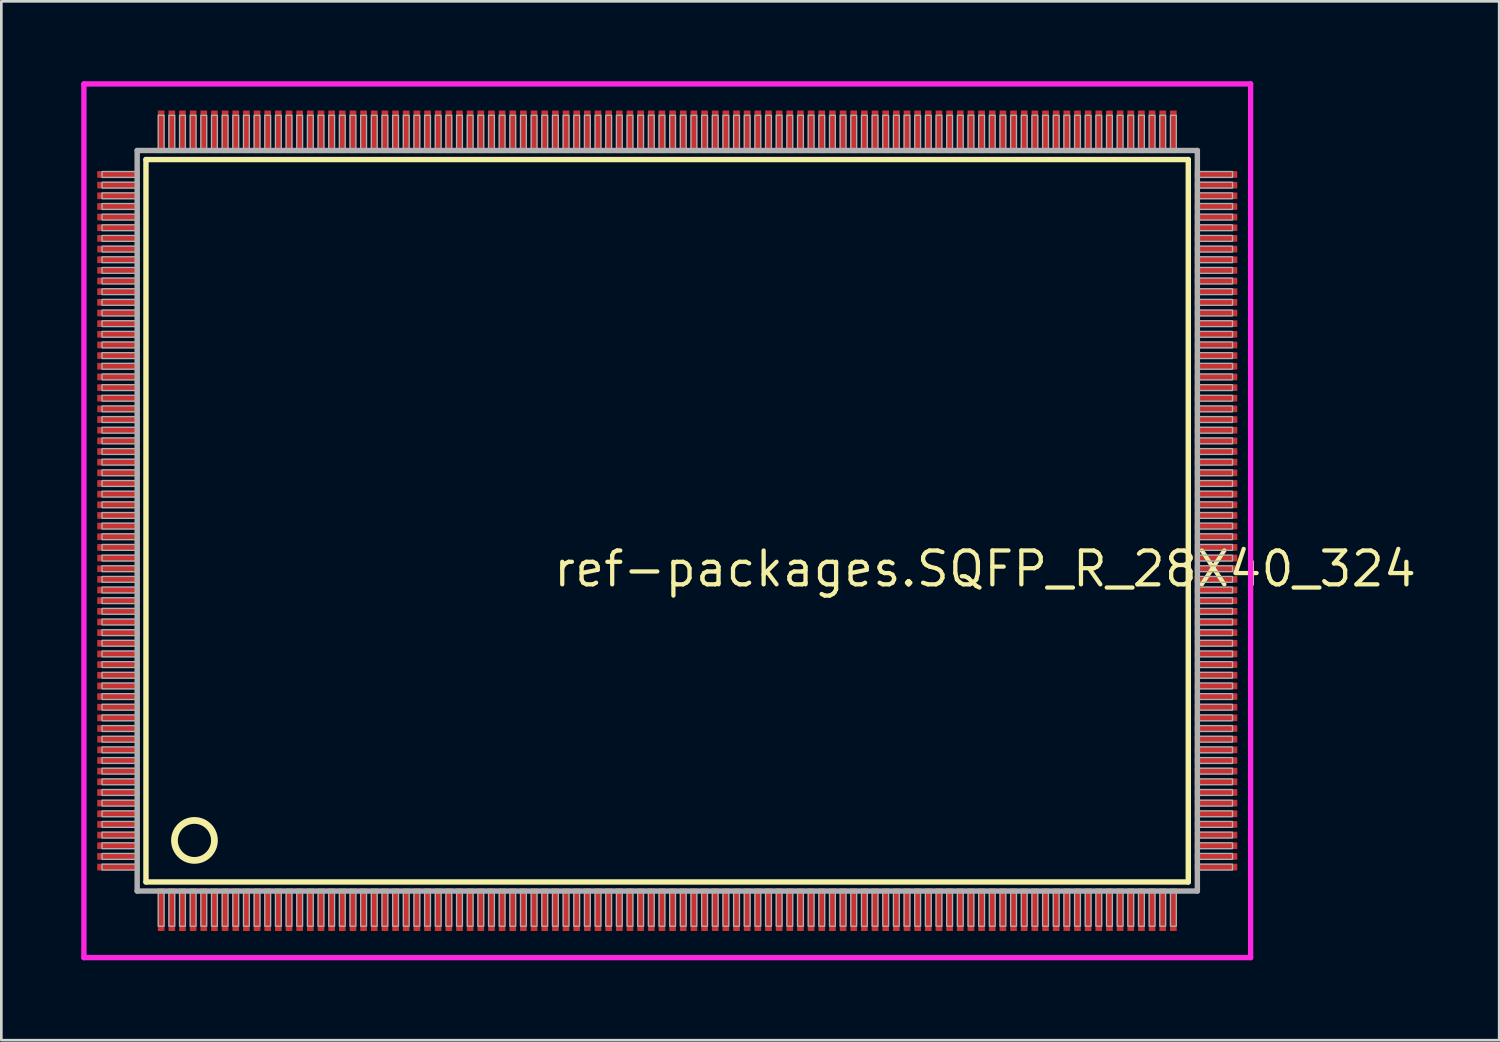
<source format=kicad_pcb>
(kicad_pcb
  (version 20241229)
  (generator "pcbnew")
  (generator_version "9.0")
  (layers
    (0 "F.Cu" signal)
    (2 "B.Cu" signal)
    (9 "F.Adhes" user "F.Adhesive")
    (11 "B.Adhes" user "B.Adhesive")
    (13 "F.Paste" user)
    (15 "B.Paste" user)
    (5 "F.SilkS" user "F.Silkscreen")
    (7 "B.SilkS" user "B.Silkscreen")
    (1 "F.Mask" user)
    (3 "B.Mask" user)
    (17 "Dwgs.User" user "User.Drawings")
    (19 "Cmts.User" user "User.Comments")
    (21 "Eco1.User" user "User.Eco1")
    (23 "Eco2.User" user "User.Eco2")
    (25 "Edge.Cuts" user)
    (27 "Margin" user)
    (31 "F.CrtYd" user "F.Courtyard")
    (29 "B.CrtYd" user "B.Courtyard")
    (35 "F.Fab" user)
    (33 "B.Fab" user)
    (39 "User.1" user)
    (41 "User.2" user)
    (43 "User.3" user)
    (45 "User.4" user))
  (footprint "ref-packages.SQFP_R_28X40_324"
    (layer "F.Cu")
    (at 22 16.5)
    (property "Reference" "ref-packages.SQFP_R_28X40_324" (at -4.35 2.55 0) (layer "F.SilkS") (effects (font (size 1.27 1.27) (thickness 0.16)) (justify left bottom)))
    (attr smd)
    (fp_line (start -19.57 -13.56) (end 19.56 -13.56) (stroke (width 0.203) (type default)) (layer "F.SilkS"))
    (fp_line (start -19.57 13.56) (end -19.57 -13.56) (stroke (width 0.203) (type default)) (layer "F.SilkS"))
    (fp_line (start 19.56 -13.56) (end 19.56 13.56) (stroke (width 0.203) (type default)) (layer "F.SilkS"))
    (fp_line (start 19.56 13.56) (end -19.57 13.56) (stroke (width 0.203) (type default)) (layer "F.SilkS"))
    (fp_circle (center -17.75 12) (end -17 12) (stroke (width 0.254) (type default)) (fill no) (layer "F.SilkS"))
    (fp_line (start -21.9 -16.4) (end 21.9 -16.4) (stroke (width 0.2) (type default)) (layer "F.CrtYd"))
    (fp_line (start -21.9 16.4) (end -21.9 -16.4) (stroke (width 0.2) (type default)) (layer "F.CrtYd"))
    (fp_line (start 21.9 -16.4) (end 21.9 16.4) (stroke (width 0.2) (type default)) (layer "F.CrtYd"))
    (fp_line (start 21.9 16.4) (end -21.9 16.4) (stroke (width 0.2) (type default)) (layer "F.CrtYd"))
    (fp_line (start -19.9 -13.9) (end -19.9 13.9) (stroke (width 0.203) (type default)) (layer "F.Fab"))
    (fp_line (start -19.9 13.9) (end 19.9 13.9) (stroke (width 0.203) (type default)) (layer "F.Fab"))
    (fp_line (start 19.9 -13.9) (end -19.9 -13.9) (stroke (width 0.203) (type default)) (layer "F.Fab"))
    (fp_line (start 19.9 13.9) (end 19.9 -13.9) (stroke (width 0.203) (type default)) (layer "F.Fab"))
    (fp_rect (start -21.22 -12.89) (end -19.95 -13.11) (stroke (width 0.05) (type default)) (fill no) (layer "F.Fab"))
    (fp_rect (start -21.22 -12.49) (end -19.95 -12.71) (stroke (width 0.05) (type default)) (fill no) (layer "F.Fab"))
    (fp_rect (start -21.22 -12.09) (end -19.95 -12.31) (stroke (width 0.05) (type default)) (fill no) (layer "F.Fab"))
    (fp_rect (start -21.22 -11.69) (end -19.95 -11.91) (stroke (width 0.05) (type default)) (fill no) (layer "F.Fab"))
    (fp_rect (start -21.22 -11.29) (end -19.95 -11.51) (stroke (width 0.05) (type default)) (fill no) (layer "F.Fab"))
    (fp_rect (start -21.22 -10.89) (end -19.95 -11.11) (stroke (width 0.05) (type default)) (fill no) (layer "F.Fab"))
    (fp_rect (start -21.22 -10.49) (end -19.95 -10.71) (stroke (width 0.05) (type default)) (fill no) (layer "F.Fab"))
    (fp_rect (start -21.22 -10.09) (end -19.95 -10.31) (stroke (width 0.05) (type default)) (fill no) (layer "F.Fab"))
    (fp_rect (start -21.22 -9.69) (end -19.95 -9.91) (stroke (width 0.05) (type default)) (fill no) (layer "F.Fab"))
    (fp_rect (start -21.22 -9.29) (end -19.95 -9.51) (stroke (width 0.05) (type default)) (fill no) (layer "F.Fab"))
    (fp_rect (start -21.22 -8.89) (end -19.95 -9.11) (stroke (width 0.05) (type default)) (fill no) (layer "F.Fab"))
    (fp_rect (start -21.22 -8.49) (end -19.95 -8.71) (stroke (width 0.05) (type default)) (fill no) (layer "F.Fab"))
    (fp_rect (start -21.22 -8.09) (end -19.95 -8.31) (stroke (width 0.05) (type default)) (fill no) (layer "F.Fab"))
    (fp_rect (start -21.22 -7.69) (end -19.95 -7.91) (stroke (width 0.05) (type default)) (fill no) (layer "F.Fab"))
    (fp_rect (start -21.22 -7.29) (end -19.95 -7.51) (stroke (width 0.05) (type default)) (fill no) (layer "F.Fab"))
    (fp_rect (start -21.22 -6.89) (end -19.95 -7.11) (stroke (width 0.05) (type default)) (fill no) (layer "F.Fab"))
    (fp_rect (start -21.22 -6.49) (end -19.95 -6.71) (stroke (width 0.05) (type default)) (fill no) (layer "F.Fab"))
    (fp_rect (start -21.22 -6.09) (end -19.95 -6.31) (stroke (width 0.05) (type default)) (fill no) (layer "F.Fab"))
    (fp_rect (start -21.22 -5.69) (end -19.95 -5.91) (stroke (width 0.05) (type default)) (fill no) (layer "F.Fab"))
    (fp_rect (start -21.22 -5.29) (end -19.95 -5.51) (stroke (width 0.05) (type default)) (fill no) (layer "F.Fab"))
    (fp_rect (start -21.22 -4.89) (end -19.95 -5.11) (stroke (width 0.05) (type default)) (fill no) (layer "F.Fab"))
    (fp_rect (start -21.22 -4.49) (end -19.95 -4.71) (stroke (width 0.05) (type default)) (fill no) (layer "F.Fab"))
    (fp_rect (start -21.22 -4.09) (end -19.95 -4.31) (stroke (width 0.05) (type default)) (fill no) (layer "F.Fab"))
    (fp_rect (start -21.22 -3.69) (end -19.95 -3.91) (stroke (width 0.05) (type default)) (fill no) (layer "F.Fab"))
    (fp_rect (start -21.22 -3.29) (end -19.95 -3.51) (stroke (width 0.05) (type default)) (fill no) (layer "F.Fab"))
    (fp_rect (start -21.22 -2.89) (end -19.95 -3.11) (stroke (width 0.05) (type default)) (fill no) (layer "F.Fab"))
    (fp_rect (start -21.22 -2.49) (end -19.95 -2.71) (stroke (width 0.05) (type default)) (fill no) (layer "F.Fab"))
    (fp_rect (start -21.22 -2.09) (end -19.95 -2.31) (stroke (width 0.05) (type default)) (fill no) (layer "F.Fab"))
    (fp_rect (start -21.22 -1.69) (end -19.95 -1.91) (stroke (width 0.05) (type default)) (fill no) (layer "F.Fab"))
    (fp_rect (start -21.22 -1.29) (end -19.95 -1.51) (stroke (width 0.05) (type default)) (fill no) (layer "F.Fab"))
    (fp_rect (start -21.22 -0.89) (end -19.95 -1.11) (stroke (width 0.05) (type default)) (fill no) (layer "F.Fab"))
    (fp_rect (start -21.22 -0.49) (end -19.95 -0.71) (stroke (width 0.05) (type default)) (fill no) (layer "F.Fab"))
    (fp_rect (start -21.22 -0.09) (end -19.95 -0.31) (stroke (width 0.05) (type default)) (fill no) (layer "F.Fab"))
    (fp_rect (start -21.22 0.31) (end -19.95 0.09) (stroke (width 0.05) (type default)) (fill no) (layer "F.Fab"))
    (fp_rect (start -21.22 0.71) (end -19.95 0.49) (stroke (width 0.05) (type default)) (fill no) (layer "F.Fab"))
    (fp_rect (start -21.22 1.11) (end -19.95 0.89) (stroke (width 0.05) (type default)) (fill no) (layer "F.Fab"))
    (fp_rect (start -21.22 1.51) (end -19.95 1.29) (stroke (width 0.05) (type default)) (fill no) (layer "F.Fab"))
    (fp_rect (start -21.22 1.91) (end -19.95 1.69) (stroke (width 0.05) (type default)) (fill no) (layer "F.Fab"))
    (fp_rect (start -21.22 2.31) (end -19.95 2.09) (stroke (width 0.05) (type default)) (fill no) (layer "F.Fab"))
    (fp_rect (start -21.22 2.71) (end -19.95 2.49) (stroke (width 0.05) (type default)) (fill no) (layer "F.Fab"))
    (fp_rect (start -21.22 3.11) (end -19.95 2.89) (stroke (width 0.05) (type default)) (fill no) (layer "F.Fab"))
    (fp_rect (start -21.22 3.51) (end -19.95 3.29) (stroke (width 0.05) (type default)) (fill no) (layer "F.Fab"))
    (fp_rect (start -21.22 3.91) (end -19.95 3.69) (stroke (width 0.05) (type default)) (fill no) (layer "F.Fab"))
    (fp_rect (start -21.22 4.31) (end -19.95 4.09) (stroke (width 0.05) (type default)) (fill no) (layer "F.Fab"))
    (fp_rect (start -21.22 4.71) (end -19.95 4.49) (stroke (width 0.05) (type default)) (fill no) (layer "F.Fab"))
    (fp_rect (start -21.22 5.11) (end -19.95 4.89) (stroke (width 0.05) (type default)) (fill no) (layer "F.Fab"))
    (fp_rect (start -21.22 5.51) (end -19.95 5.29) (stroke (width 0.05) (type default)) (fill no) (layer "F.Fab"))
    (fp_rect (start -21.22 5.91) (end -19.95 5.69) (stroke (width 0.05) (type default)) (fill no) (layer "F.Fab"))
    (fp_rect (start -21.22 6.31) (end -19.95 6.09) (stroke (width 0.05) (type default)) (fill no) (layer "F.Fab"))
    (fp_rect (start -21.22 6.71) (end -19.95 6.49) (stroke (width 0.05) (type default)) (fill no) (layer "F.Fab"))
    (fp_rect (start -21.22 7.11) (end -19.95 6.89) (stroke (width 0.05) (type default)) (fill no) (layer "F.Fab"))
    (fp_rect (start -21.22 7.51) (end -19.95 7.29) (stroke (width 0.05) (type default)) (fill no) (layer "F.Fab"))
    (fp_rect (start -21.22 7.91) (end -19.95 7.69) (stroke (width 0.05) (type default)) (fill no) (layer "F.Fab"))
    (fp_rect (start -21.22 8.31) (end -19.95 8.09) (stroke (width 0.05) (type default)) (fill no) (layer "F.Fab"))
    (fp_rect (start -21.22 8.71) (end -19.95 8.49) (stroke (width 0.05) (type default)) (fill no) (layer "F.Fab"))
    (fp_rect (start -21.22 9.11) (end -19.95 8.89) (stroke (width 0.05) (type default)) (fill no) (layer "F.Fab"))
    (fp_rect (start -21.22 9.51) (end -19.95 9.29) (stroke (width 0.05) (type default)) (fill no) (layer "F.Fab"))
    (fp_rect (start -21.22 9.91) (end -19.95 9.69) (stroke (width 0.05) (type default)) (fill no) (layer "F.Fab"))
    (fp_rect (start -21.22 10.31) (end -19.95 10.09) (stroke (width 0.05) (type default)) (fill no) (layer "F.Fab"))
    (fp_rect (start -21.22 10.71) (end -19.95 10.49) (stroke (width 0.05) (type default)) (fill no) (layer "F.Fab"))
    (fp_rect (start -21.22 11.11) (end -19.95 10.89) (stroke (width 0.05) (type default)) (fill no) (layer "F.Fab"))
    (fp_rect (start -21.22 11.51) (end -19.95 11.29) (stroke (width 0.05) (type default)) (fill no) (layer "F.Fab"))
    (fp_rect (start -21.22 11.91) (end -19.95 11.69) (stroke (width 0.05) (type default)) (fill no) (layer "F.Fab"))
    (fp_rect (start -21.22 12.31) (end -19.95 12.09) (stroke (width 0.05) (type default)) (fill no) (layer "F.Fab"))
    (fp_rect (start -21.22 12.71) (end -19.95 12.49) (stroke (width 0.05) (type default)) (fill no) (layer "F.Fab"))
    (fp_rect (start -21.22 13.11) (end -19.95 12.89) (stroke (width 0.05) (type default)) (fill no) (layer "F.Fab"))
    (fp_rect (start -19.11 -13.95) (end -18.89 -15.22) (stroke (width 0.05) (type default)) (fill no) (layer "F.Fab"))
    (fp_rect (start -19.11 15.22) (end -18.89 13.95) (stroke (width 0.05) (type default)) (fill no) (layer "F.Fab"))
    (fp_rect (start -18.71 -13.95) (end -18.49 -15.22) (stroke (width 0.05) (type default)) (fill no) (layer "F.Fab"))
    (fp_rect (start -18.71 15.22) (end -18.49 13.95) (stroke (width 0.05) (type default)) (fill no) (layer "F.Fab"))
    (fp_rect (start -18.31 -13.95) (end -18.09 -15.22) (stroke (width 0.05) (type default)) (fill no) (layer "F.Fab"))
    (fp_rect (start -18.31 15.22) (end -18.09 13.95) (stroke (width 0.05) (type default)) (fill no) (layer "F.Fab"))
    (fp_rect (start -17.91 -13.95) (end -17.69 -15.22) (stroke (width 0.05) (type default)) (fill no) (layer "F.Fab"))
    (fp_rect (start -17.91 15.22) (end -17.69 13.95) (stroke (width 0.05) (type default)) (fill no) (layer "F.Fab"))
    (fp_rect (start -17.51 -13.95) (end -17.29 -15.22) (stroke (width 0.05) (type default)) (fill no) (layer "F.Fab"))
    (fp_rect (start -17.51 15.22) (end -17.29 13.95) (stroke (width 0.05) (type default)) (fill no) (layer "F.Fab"))
    (fp_rect (start -17.11 -13.95) (end -16.89 -15.22) (stroke (width 0.05) (type default)) (fill no) (layer "F.Fab"))
    (fp_rect (start -17.11 15.22) (end -16.89 13.95) (stroke (width 0.05) (type default)) (fill no) (layer "F.Fab"))
    (fp_rect (start -16.71 -13.95) (end -16.49 -15.22) (stroke (width 0.05) (type default)) (fill no) (layer "F.Fab"))
    (fp_rect (start -16.71 15.22) (end -16.49 13.95) (stroke (width 0.05) (type default)) (fill no) (layer "F.Fab"))
    (fp_rect (start -16.31 -13.95) (end -16.09 -15.22) (stroke (width 0.05) (type default)) (fill no) (layer "F.Fab"))
    (fp_rect (start -16.31 15.22) (end -16.09 13.95) (stroke (width 0.05) (type default)) (fill no) (layer "F.Fab"))
    (fp_rect (start -15.91 -13.95) (end -15.69 -15.22) (stroke (width 0.05) (type default)) (fill no) (layer "F.Fab"))
    (fp_rect (start -15.91 15.22) (end -15.69 13.95) (stroke (width 0.05) (type default)) (fill no) (layer "F.Fab"))
    (fp_rect (start -15.51 -13.95) (end -15.29 -15.22) (stroke (width 0.05) (type default)) (fill no) (layer "F.Fab"))
    (fp_rect (start -15.51 15.22) (end -15.29 13.95) (stroke (width 0.05) (type default)) (fill no) (layer "F.Fab"))
    (fp_rect (start -15.11 -13.95) (end -14.89 -15.22) (stroke (width 0.05) (type default)) (fill no) (layer "F.Fab"))
    (fp_rect (start -15.11 15.22) (end -14.89 13.95) (stroke (width 0.05) (type default)) (fill no) (layer "F.Fab"))
    (fp_rect (start -14.71 -13.95) (end -14.49 -15.22) (stroke (width 0.05) (type default)) (fill no) (layer "F.Fab"))
    (fp_rect (start -14.71 15.22) (end -14.49 13.95) (stroke (width 0.05) (type default)) (fill no) (layer "F.Fab"))
    (fp_rect (start -14.31 -13.95) (end -14.09 -15.22) (stroke (width 0.05) (type default)) (fill no) (layer "F.Fab"))
    (fp_rect (start -14.31 15.22) (end -14.09 13.95) (stroke (width 0.05) (type default)) (fill no) (layer "F.Fab"))
    (fp_rect (start -13.91 -13.95) (end -13.69 -15.22) (stroke (width 0.05) (type default)) (fill no) (layer "F.Fab"))
    (fp_rect (start -13.91 15.22) (end -13.69 13.95) (stroke (width 0.05) (type default)) (fill no) (layer "F.Fab"))
    (fp_rect (start -13.51 -13.95) (end -13.29 -15.22) (stroke (width 0.05) (type default)) (fill no) (layer "F.Fab"))
    (fp_rect (start -13.51 15.22) (end -13.29 13.95) (stroke (width 0.05) (type default)) (fill no) (layer "F.Fab"))
    (fp_rect (start -13.11 -13.95) (end -12.89 -15.22) (stroke (width 0.05) (type default)) (fill no) (layer "F.Fab"))
    (fp_rect (start -13.11 15.22) (end -12.89 13.95) (stroke (width 0.05) (type default)) (fill no) (layer "F.Fab"))
    (fp_rect (start -12.71 -13.95) (end -12.49 -15.22) (stroke (width 0.05) (type default)) (fill no) (layer "F.Fab"))
    (fp_rect (start -12.71 15.22) (end -12.49 13.95) (stroke (width 0.05) (type default)) (fill no) (layer "F.Fab"))
    (fp_rect (start -12.31 -13.95) (end -12.09 -15.22) (stroke (width 0.05) (type default)) (fill no) (layer "F.Fab"))
    (fp_rect (start -12.31 15.22) (end -12.09 13.95) (stroke (width 0.05) (type default)) (fill no) (layer "F.Fab"))
    (fp_rect (start -11.91 -13.95) (end -11.69 -15.22) (stroke (width 0.05) (type default)) (fill no) (layer "F.Fab"))
    (fp_rect (start -11.91 15.22) (end -11.69 13.95) (stroke (width 0.05) (type default)) (fill no) (layer "F.Fab"))
    (fp_rect (start -11.51 -13.95) (end -11.29 -15.22) (stroke (width 0.05) (type default)) (fill no) (layer "F.Fab"))
    (fp_rect (start -11.51 15.22) (end -11.29 13.95) (stroke (width 0.05) (type default)) (fill no) (layer "F.Fab"))
    (fp_rect (start -11.11 -13.95) (end -10.89 -15.22) (stroke (width 0.05) (type default)) (fill no) (layer "F.Fab"))
    (fp_rect (start -11.11 15.22) (end -10.89 13.95) (stroke (width 0.05) (type default)) (fill no) (layer "F.Fab"))
    (fp_rect (start -10.71 -13.95) (end -10.49 -15.22) (stroke (width 0.05) (type default)) (fill no) (layer "F.Fab"))
    (fp_rect (start -10.71 15.22) (end -10.49 13.95) (stroke (width 0.05) (type default)) (fill no) (layer "F.Fab"))
    (fp_rect (start -10.31 -13.95) (end -10.09 -15.22) (stroke (width 0.05) (type default)) (fill no) (layer "F.Fab"))
    (fp_rect (start -10.31 15.22) (end -10.09 13.95) (stroke (width 0.05) (type default)) (fill no) (layer "F.Fab"))
    (fp_rect (start -9.91 -13.95) (end -9.69 -15.22) (stroke (width 0.05) (type default)) (fill no) (layer "F.Fab"))
    (fp_rect (start -9.91 15.22) (end -9.69 13.95) (stroke (width 0.05) (type default)) (fill no) (layer "F.Fab"))
    (fp_rect (start -9.51 -13.95) (end -9.29 -15.22) (stroke (width 0.05) (type default)) (fill no) (layer "F.Fab"))
    (fp_rect (start -9.51 15.22) (end -9.29 13.95) (stroke (width 0.05) (type default)) (fill no) (layer "F.Fab"))
    (fp_rect (start -9.11 -13.95) (end -8.89 -15.22) (stroke (width 0.05) (type default)) (fill no) (layer "F.Fab"))
    (fp_rect (start -9.11 15.22) (end -8.89 13.95) (stroke (width 0.05) (type default)) (fill no) (layer "F.Fab"))
    (fp_rect (start -8.71 -13.95) (end -8.49 -15.22) (stroke (width 0.05) (type default)) (fill no) (layer "F.Fab"))
    (fp_rect (start -8.71 15.22) (end -8.49 13.95) (stroke (width 0.05) (type default)) (fill no) (layer "F.Fab"))
    (fp_rect (start -8.31 -13.95) (end -8.09 -15.22) (stroke (width 0.05) (type default)) (fill no) (layer "F.Fab"))
    (fp_rect (start -8.31 15.22) (end -8.09 13.95) (stroke (width 0.05) (type default)) (fill no) (layer "F.Fab"))
    (fp_rect (start -7.91 -13.95) (end -7.69 -15.22) (stroke (width 0.05) (type default)) (fill no) (layer "F.Fab"))
    (fp_rect (start -7.91 15.22) (end -7.69 13.95) (stroke (width 0.05) (type default)) (fill no) (layer "F.Fab"))
    (fp_rect (start -7.51 -13.95) (end -7.29 -15.22) (stroke (width 0.05) (type default)) (fill no) (layer "F.Fab"))
    (fp_rect (start -7.51 15.22) (end -7.29 13.95) (stroke (width 0.05) (type default)) (fill no) (layer "F.Fab"))
    (fp_rect (start -7.11 -13.95) (end -6.89 -15.22) (stroke (width 0.05) (type default)) (fill no) (layer "F.Fab"))
    (fp_rect (start -7.11 15.22) (end -6.89 13.95) (stroke (width 0.05) (type default)) (fill no) (layer "F.Fab"))
    (fp_rect (start -6.71 -13.95) (end -6.49 -15.22) (stroke (width 0.05) (type default)) (fill no) (layer "F.Fab"))
    (fp_rect (start -6.71 15.22) (end -6.49 13.95) (stroke (width 0.05) (type default)) (fill no) (layer "F.Fab"))
    (fp_rect (start -6.31 -13.95) (end -6.09 -15.22) (stroke (width 0.05) (type default)) (fill no) (layer "F.Fab"))
    (fp_rect (start -6.31 15.22) (end -6.09 13.95) (stroke (width 0.05) (type default)) (fill no) (layer "F.Fab"))
    (fp_rect (start -5.91 -13.95) (end -5.69 -15.22) (stroke (width 0.05) (type default)) (fill no) (layer "F.Fab"))
    (fp_rect (start -5.91 15.22) (end -5.69 13.95) (stroke (width 0.05) (type default)) (fill no) (layer "F.Fab"))
    (fp_rect (start -5.51 -13.95) (end -5.29 -15.22) (stroke (width 0.05) (type default)) (fill no) (layer "F.Fab"))
    (fp_rect (start -5.51 15.22) (end -5.29 13.95) (stroke (width 0.05) (type default)) (fill no) (layer "F.Fab"))
    (fp_rect (start -5.11 -13.95) (end -4.89 -15.22) (stroke (width 0.05) (type default)) (fill no) (layer "F.Fab"))
    (fp_rect (start -5.11 15.22) (end -4.89 13.95) (stroke (width 0.05) (type default)) (fill no) (layer "F.Fab"))
    (fp_rect (start -4.71 -13.95) (end -4.49 -15.22) (stroke (width 0.05) (type default)) (fill no) (layer "F.Fab"))
    (fp_rect (start -4.71 15.22) (end -4.49 13.95) (stroke (width 0.05) (type default)) (fill no) (layer "F.Fab"))
    (fp_rect (start -4.31 -13.95) (end -4.09 -15.22) (stroke (width 0.05) (type default)) (fill no) (layer "F.Fab"))
    (fp_rect (start -4.31 15.22) (end -4.09 13.95) (stroke (width 0.05) (type default)) (fill no) (layer "F.Fab"))
    (fp_rect (start -3.91 -13.95) (end -3.69 -15.22) (stroke (width 0.05) (type default)) (fill no) (layer "F.Fab"))
    (fp_rect (start -3.91 15.22) (end -3.69 13.95) (stroke (width 0.05) (type default)) (fill no) (layer "F.Fab"))
    (fp_rect (start -3.51 -13.95) (end -3.29 -15.22) (stroke (width 0.05) (type default)) (fill no) (layer "F.Fab"))
    (fp_rect (start -3.51 15.22) (end -3.29 13.95) (stroke (width 0.05) (type default)) (fill no) (layer "F.Fab"))
    (fp_rect (start -3.11 -13.95) (end -2.89 -15.22) (stroke (width 0.05) (type default)) (fill no) (layer "F.Fab"))
    (fp_rect (start -3.11 15.22) (end -2.89 13.95) (stroke (width 0.05) (type default)) (fill no) (layer "F.Fab"))
    (fp_rect (start -2.71 -13.95) (end -2.49 -15.22) (stroke (width 0.05) (type default)) (fill no) (layer "F.Fab"))
    (fp_rect (start -2.71 15.22) (end -2.49 13.95) (stroke (width 0.05) (type default)) (fill no) (layer "F.Fab"))
    (fp_rect (start -2.31 -13.95) (end -2.09 -15.22) (stroke (width 0.05) (type default)) (fill no) (layer "F.Fab"))
    (fp_rect (start -2.31 15.22) (end -2.09 13.95) (stroke (width 0.05) (type default)) (fill no) (layer "F.Fab"))
    (fp_rect (start -1.91 -13.95) (end -1.69 -15.22) (stroke (width 0.05) (type default)) (fill no) (layer "F.Fab"))
    (fp_rect (start -1.91 15.22) (end -1.69 13.95) (stroke (width 0.05) (type default)) (fill no) (layer "F.Fab"))
    (fp_rect (start -1.51 -13.95) (end -1.29 -15.22) (stroke (width 0.05) (type default)) (fill no) (layer "F.Fab"))
    (fp_rect (start -1.51 15.22) (end -1.29 13.95) (stroke (width 0.05) (type default)) (fill no) (layer "F.Fab"))
    (fp_rect (start -1.11 -13.95) (end -0.89 -15.22) (stroke (width 0.05) (type default)) (fill no) (layer "F.Fab"))
    (fp_rect (start -1.11 15.22) (end -0.89 13.95) (stroke (width 0.05) (type default)) (fill no) (layer "F.Fab"))
    (fp_rect (start -0.71 -13.95) (end -0.49 -15.22) (stroke (width 0.05) (type default)) (fill no) (layer "F.Fab"))
    (fp_rect (start -0.71 15.22) (end -0.49 13.95) (stroke (width 0.05) (type default)) (fill no) (layer "F.Fab"))
    (fp_rect (start -0.31 -13.95) (end -0.09 -15.22) (stroke (width 0.05) (type default)) (fill no) (layer "F.Fab"))
    (fp_rect (start -0.31 15.22) (end -0.09 13.95) (stroke (width 0.05) (type default)) (fill no) (layer "F.Fab"))
    (fp_rect (start 0.09 -13.95) (end 0.31 -15.22) (stroke (width 0.05) (type default)) (fill no) (layer "F.Fab"))
    (fp_rect (start 0.09 15.22) (end 0.31 13.95) (stroke (width 0.05) (type default)) (fill no) (layer "F.Fab"))
    (fp_rect (start 0.49 -13.95) (end 0.71 -15.22) (stroke (width 0.05) (type default)) (fill no) (layer "F.Fab"))
    (fp_rect (start 0.49 15.22) (end 0.71 13.95) (stroke (width 0.05) (type default)) (fill no) (layer "F.Fab"))
    (fp_rect (start 0.89 -13.95) (end 1.11 -15.22) (stroke (width 0.05) (type default)) (fill no) (layer "F.Fab"))
    (fp_rect (start 0.89 15.22) (end 1.11 13.95) (stroke (width 0.05) (type default)) (fill no) (layer "F.Fab"))
    (fp_rect (start 1.29 -13.95) (end 1.51 -15.22) (stroke (width 0.05) (type default)) (fill no) (layer "F.Fab"))
    (fp_rect (start 1.29 15.22) (end 1.51 13.95) (stroke (width 0.05) (type default)) (fill no) (layer "F.Fab"))
    (fp_rect (start 1.69 -13.95) (end 1.91 -15.22) (stroke (width 0.05) (type default)) (fill no) (layer "F.Fab"))
    (fp_rect (start 1.69 15.22) (end 1.91 13.95) (stroke (width 0.05) (type default)) (fill no) (layer "F.Fab"))
    (fp_rect (start 2.09 -13.95) (end 2.31 -15.22) (stroke (width 0.05) (type default)) (fill no) (layer "F.Fab"))
    (fp_rect (start 2.09 15.22) (end 2.31 13.95) (stroke (width 0.05) (type default)) (fill no) (layer "F.Fab"))
    (fp_rect (start 2.49 -13.95) (end 2.71 -15.22) (stroke (width 0.05) (type default)) (fill no) (layer "F.Fab"))
    (fp_rect (start 2.49 15.22) (end 2.71 13.95) (stroke (width 0.05) (type default)) (fill no) (layer "F.Fab"))
    (fp_rect (start 2.89 -13.95) (end 3.11 -15.22) (stroke (width 0.05) (type default)) (fill no) (layer "F.Fab"))
    (fp_rect (start 2.89 15.22) (end 3.11 13.95) (stroke (width 0.05) (type default)) (fill no) (layer "F.Fab"))
    (fp_rect (start 3.29 -13.95) (end 3.51 -15.22) (stroke (width 0.05) (type default)) (fill no) (layer "F.Fab"))
    (fp_rect (start 3.29 15.22) (end 3.51 13.95) (stroke (width 0.05) (type default)) (fill no) (layer "F.Fab"))
    (fp_rect (start 3.69 -13.95) (end 3.91 -15.22) (stroke (width 0.05) (type default)) (fill no) (layer "F.Fab"))
    (fp_rect (start 3.69 15.22) (end 3.91 13.95) (stroke (width 0.05) (type default)) (fill no) (layer "F.Fab"))
    (fp_rect (start 4.09 -13.95) (end 4.31 -15.22) (stroke (width 0.05) (type default)) (fill no) (layer "F.Fab"))
    (fp_rect (start 4.09 15.22) (end 4.31 13.95) (stroke (width 0.05) (type default)) (fill no) (layer "F.Fab"))
    (fp_rect (start 4.49 -13.95) (end 4.71 -15.22) (stroke (width 0.05) (type default)) (fill no) (layer "F.Fab"))
    (fp_rect (start 4.49 15.22) (end 4.71 13.95) (stroke (width 0.05) (type default)) (fill no) (layer "F.Fab"))
    (fp_rect (start 4.89 -13.95) (end 5.11 -15.22) (stroke (width 0.05) (type default)) (fill no) (layer "F.Fab"))
    (fp_rect (start 4.89 15.22) (end 5.11 13.95) (stroke (width 0.05) (type default)) (fill no) (layer "F.Fab"))
    (fp_rect (start 5.29 -13.95) (end 5.51 -15.22) (stroke (width 0.05) (type default)) (fill no) (layer "F.Fab"))
    (fp_rect (start 5.29 15.22) (end 5.51 13.95) (stroke (width 0.05) (type default)) (fill no) (layer "F.Fab"))
    (fp_rect (start 5.69 -13.95) (end 5.91 -15.22) (stroke (width 0.05) (type default)) (fill no) (layer "F.Fab"))
    (fp_rect (start 5.69 15.22) (end 5.91 13.95) (stroke (width 0.05) (type default)) (fill no) (layer "F.Fab"))
    (fp_rect (start 6.09 -13.95) (end 6.31 -15.22) (stroke (width 0.05) (type default)) (fill no) (layer "F.Fab"))
    (fp_rect (start 6.09 15.22) (end 6.31 13.95) (stroke (width 0.05) (type default)) (fill no) (layer "F.Fab"))
    (fp_rect (start 6.49 -13.95) (end 6.71 -15.22) (stroke (width 0.05) (type default)) (fill no) (layer "F.Fab"))
    (fp_rect (start 6.49 15.22) (end 6.71 13.95) (stroke (width 0.05) (type default)) (fill no) (layer "F.Fab"))
    (fp_rect (start 6.89 -13.95) (end 7.11 -15.22) (stroke (width 0.05) (type default)) (fill no) (layer "F.Fab"))
    (fp_rect (start 6.89 15.22) (end 7.11 13.95) (stroke (width 0.05) (type default)) (fill no) (layer "F.Fab"))
    (fp_rect (start 7.29 -13.95) (end 7.51 -15.22) (stroke (width 0.05) (type default)) (fill no) (layer "F.Fab"))
    (fp_rect (start 7.29 15.22) (end 7.51 13.95) (stroke (width 0.05) (type default)) (fill no) (layer "F.Fab"))
    (fp_rect (start 7.69 -13.95) (end 7.91 -15.22) (stroke (width 0.05) (type default)) (fill no) (layer "F.Fab"))
    (fp_rect (start 7.69 15.22) (end 7.91 13.95) (stroke (width 0.05) (type default)) (fill no) (layer "F.Fab"))
    (fp_rect (start 8.09 -13.95) (end 8.31 -15.22) (stroke (width 0.05) (type default)) (fill no) (layer "F.Fab"))
    (fp_rect (start 8.09 15.22) (end 8.31 13.95) (stroke (width 0.05) (type default)) (fill no) (layer "F.Fab"))
    (fp_rect (start 8.49 -13.95) (end 8.71 -15.22) (stroke (width 0.05) (type default)) (fill no) (layer "F.Fab"))
    (fp_rect (start 8.49 15.22) (end 8.71 13.95) (stroke (width 0.05) (type default)) (fill no) (layer "F.Fab"))
    (fp_rect (start 8.89 -13.95) (end 9.11 -15.22) (stroke (width 0.05) (type default)) (fill no) (layer "F.Fab"))
    (fp_rect (start 8.89 15.22) (end 9.11 13.95) (stroke (width 0.05) (type default)) (fill no) (layer "F.Fab"))
    (fp_rect (start 9.29 -13.95) (end 9.51 -15.22) (stroke (width 0.05) (type default)) (fill no) (layer "F.Fab"))
    (fp_rect (start 9.29 15.22) (end 9.51 13.95) (stroke (width 0.05) (type default)) (fill no) (layer "F.Fab"))
    (fp_rect (start 9.69 -13.95) (end 9.91 -15.22) (stroke (width 0.05) (type default)) (fill no) (layer "F.Fab"))
    (fp_rect (start 9.69 15.22) (end 9.91 13.95) (stroke (width 0.05) (type default)) (fill no) (layer "F.Fab"))
    (fp_rect (start 10.09 -13.95) (end 10.31 -15.22) (stroke (width 0.05) (type default)) (fill no) (layer "F.Fab"))
    (fp_rect (start 10.09 15.22) (end 10.31 13.95) (stroke (width 0.05) (type default)) (fill no) (layer "F.Fab"))
    (fp_rect (start 10.49 -13.95) (end 10.71 -15.22) (stroke (width 0.05) (type default)) (fill no) (layer "F.Fab"))
    (fp_rect (start 10.49 15.22) (end 10.71 13.95) (stroke (width 0.05) (type default)) (fill no) (layer "F.Fab"))
    (fp_rect (start 10.89 -13.95) (end 11.11 -15.22) (stroke (width 0.05) (type default)) (fill no) (layer "F.Fab"))
    (fp_rect (start 10.89 15.22) (end 11.11 13.95) (stroke (width 0.05) (type default)) (fill no) (layer "F.Fab"))
    (fp_rect (start 11.29 -13.95) (end 11.51 -15.22) (stroke (width 0.05) (type default)) (fill no) (layer "F.Fab"))
    (fp_rect (start 11.29 15.22) (end 11.51 13.95) (stroke (width 0.05) (type default)) (fill no) (layer "F.Fab"))
    (fp_rect (start 11.69 -13.95) (end 11.91 -15.22) (stroke (width 0.05) (type default)) (fill no) (layer "F.Fab"))
    (fp_rect (start 11.69 15.22) (end 11.91 13.95) (stroke (width 0.05) (type default)) (fill no) (layer "F.Fab"))
    (fp_rect (start 12.09 -13.95) (end 12.31 -15.22) (stroke (width 0.05) (type default)) (fill no) (layer "F.Fab"))
    (fp_rect (start 12.09 15.22) (end 12.31 13.95) (stroke (width 0.05) (type default)) (fill no) (layer "F.Fab"))
    (fp_rect (start 12.49 -13.95) (end 12.71 -15.22) (stroke (width 0.05) (type default)) (fill no) (layer "F.Fab"))
    (fp_rect (start 12.49 15.22) (end 12.71 13.95) (stroke (width 0.05) (type default)) (fill no) (layer "F.Fab"))
    (fp_rect (start 12.89 -13.95) (end 13.11 -15.22) (stroke (width 0.05) (type default)) (fill no) (layer "F.Fab"))
    (fp_rect (start 12.89 15.22) (end 13.11 13.95) (stroke (width 0.05) (type default)) (fill no) (layer "F.Fab"))
    (fp_rect (start 13.29 -13.95) (end 13.51 -15.22) (stroke (width 0.05) (type default)) (fill no) (layer "F.Fab"))
    (fp_rect (start 13.29 15.22) (end 13.51 13.95) (stroke (width 0.05) (type default)) (fill no) (layer "F.Fab"))
    (fp_rect (start 13.69 -13.95) (end 13.91 -15.22) (stroke (width 0.05) (type default)) (fill no) (layer "F.Fab"))
    (fp_rect (start 13.69 15.22) (end 13.91 13.95) (stroke (width 0.05) (type default)) (fill no) (layer "F.Fab"))
    (fp_rect (start 14.09 -13.95) (end 14.31 -15.22) (stroke (width 0.05) (type default)) (fill no) (layer "F.Fab"))
    (fp_rect (start 14.09 15.22) (end 14.31 13.95) (stroke (width 0.05) (type default)) (fill no) (layer "F.Fab"))
    (fp_rect (start 14.49 -13.95) (end 14.71 -15.22) (stroke (width 0.05) (type default)) (fill no) (layer "F.Fab"))
    (fp_rect (start 14.49 15.22) (end 14.71 13.95) (stroke (width 0.05) (type default)) (fill no) (layer "F.Fab"))
    (fp_rect (start 14.89 -13.95) (end 15.11 -15.22) (stroke (width 0.05) (type default)) (fill no) (layer "F.Fab"))
    (fp_rect (start 14.89 15.22) (end 15.11 13.95) (stroke (width 0.05) (type default)) (fill no) (layer "F.Fab"))
    (fp_rect (start 15.29 -13.95) (end 15.51 -15.22) (stroke (width 0.05) (type default)) (fill no) (layer "F.Fab"))
    (fp_rect (start 15.29 15.22) (end 15.51 13.95) (stroke (width 0.05) (type default)) (fill no) (layer "F.Fab"))
    (fp_rect (start 15.69 -13.95) (end 15.91 -15.22) (stroke (width 0.05) (type default)) (fill no) (layer "F.Fab"))
    (fp_rect (start 15.69 15.22) (end 15.91 13.95) (stroke (width 0.05) (type default)) (fill no) (layer "F.Fab"))
    (fp_rect (start 16.09 -13.95) (end 16.31 -15.22) (stroke (width 0.05) (type default)) (fill no) (layer "F.Fab"))
    (fp_rect (start 16.09 15.22) (end 16.31 13.95) (stroke (width 0.05) (type default)) (fill no) (layer "F.Fab"))
    (fp_rect (start 16.49 -13.95) (end 16.71 -15.22) (stroke (width 0.05) (type default)) (fill no) (layer "F.Fab"))
    (fp_rect (start 16.49 15.22) (end 16.71 13.95) (stroke (width 0.05) (type default)) (fill no) (layer "F.Fab"))
    (fp_rect (start 16.89 -13.95) (end 17.11 -15.22) (stroke (width 0.05) (type default)) (fill no) (layer "F.Fab"))
    (fp_rect (start 16.89 15.22) (end 17.11 13.95) (stroke (width 0.05) (type default)) (fill no) (layer "F.Fab"))
    (fp_rect (start 17.29 -13.95) (end 17.51 -15.22) (stroke (width 0.05) (type default)) (fill no) (layer "F.Fab"))
    (fp_rect (start 17.29 15.22) (end 17.51 13.95) (stroke (width 0.05) (type default)) (fill no) (layer "F.Fab"))
    (fp_rect (start 17.69 -13.95) (end 17.91 -15.22) (stroke (width 0.05) (type default)) (fill no) (layer "F.Fab"))
    (fp_rect (start 17.69 15.22) (end 17.91 13.95) (stroke (width 0.05) (type default)) (fill no) (layer "F.Fab"))
    (fp_rect (start 18.09 -13.95) (end 18.31 -15.22) (stroke (width 0.05) (type default)) (fill no) (layer "F.Fab"))
    (fp_rect (start 18.09 15.22) (end 18.31 13.95) (stroke (width 0.05) (type default)) (fill no) (layer "F.Fab"))
    (fp_rect (start 18.49 -13.95) (end 18.71 -15.22) (stroke (width 0.05) (type default)) (fill no) (layer "F.Fab"))
    (fp_rect (start 18.49 15.22) (end 18.71 13.95) (stroke (width 0.05) (type default)) (fill no) (layer "F.Fab"))
    (fp_rect (start 18.89 -13.95) (end 19.11 -15.22) (stroke (width 0.05) (type default)) (fill no) (layer "F.Fab"))
    (fp_rect (start 18.89 15.22) (end 19.11 13.95) (stroke (width 0.05) (type default)) (fill no) (layer "F.Fab"))
    (fp_rect (start 19.95 -12.89) (end 21.22 -13.11) (stroke (width 0.05) (type default)) (fill no) (layer "F.Fab"))
    (fp_rect (start 19.95 -12.49) (end 21.22 -12.71) (stroke (width 0.05) (type default)) (fill no) (layer "F.Fab"))
    (fp_rect (start 19.95 -12.09) (end 21.22 -12.31) (stroke (width 0.05) (type default)) (fill no) (layer "F.Fab"))
    (fp_rect (start 19.95 -11.69) (end 21.22 -11.91) (stroke (width 0.05) (type default)) (fill no) (layer "F.Fab"))
    (fp_rect (start 19.95 -11.29) (end 21.22 -11.51) (stroke (width 0.05) (type default)) (fill no) (layer "F.Fab"))
    (fp_rect (start 19.95 -10.89) (end 21.22 -11.11) (stroke (width 0.05) (type default)) (fill no) (layer "F.Fab"))
    (fp_rect (start 19.95 -10.49) (end 21.22 -10.71) (stroke (width 0.05) (type default)) (fill no) (layer "F.Fab"))
    (fp_rect (start 19.95 -10.09) (end 21.22 -10.31) (stroke (width 0.05) (type default)) (fill no) (layer "F.Fab"))
    (fp_rect (start 19.95 -9.69) (end 21.22 -9.91) (stroke (width 0.05) (type default)) (fill no) (layer "F.Fab"))
    (fp_rect (start 19.95 -9.29) (end 21.22 -9.51) (stroke (width 0.05) (type default)) (fill no) (layer "F.Fab"))
    (fp_rect (start 19.95 -8.89) (end 21.22 -9.11) (stroke (width 0.05) (type default)) (fill no) (layer "F.Fab"))
    (fp_rect (start 19.95 -8.49) (end 21.22 -8.71) (stroke (width 0.05) (type default)) (fill no) (layer "F.Fab"))
    (fp_rect (start 19.95 -8.09) (end 21.22 -8.31) (stroke (width 0.05) (type default)) (fill no) (layer "F.Fab"))
    (fp_rect (start 19.95 -7.69) (end 21.22 -7.91) (stroke (width 0.05) (type default)) (fill no) (layer "F.Fab"))
    (fp_rect (start 19.95 -7.29) (end 21.22 -7.51) (stroke (width 0.05) (type default)) (fill no) (layer "F.Fab"))
    (fp_rect (start 19.95 -6.89) (end 21.22 -7.11) (stroke (width 0.05) (type default)) (fill no) (layer "F.Fab"))
    (fp_rect (start 19.95 -6.49) (end 21.22 -6.71) (stroke (width 0.05) (type default)) (fill no) (layer "F.Fab"))
    (fp_rect (start 19.95 -6.09) (end 21.22 -6.31) (stroke (width 0.05) (type default)) (fill no) (layer "F.Fab"))
    (fp_rect (start 19.95 -5.69) (end 21.22 -5.91) (stroke (width 0.05) (type default)) (fill no) (layer "F.Fab"))
    (fp_rect (start 19.95 -5.29) (end 21.22 -5.51) (stroke (width 0.05) (type default)) (fill no) (layer "F.Fab"))
    (fp_rect (start 19.95 -4.89) (end 21.22 -5.11) (stroke (width 0.05) (type default)) (fill no) (layer "F.Fab"))
    (fp_rect (start 19.95 -4.49) (end 21.22 -4.71) (stroke (width 0.05) (type default)) (fill no) (layer "F.Fab"))
    (fp_rect (start 19.95 -4.09) (end 21.22 -4.31) (stroke (width 0.05) (type default)) (fill no) (layer "F.Fab"))
    (fp_rect (start 19.95 -3.69) (end 21.22 -3.91) (stroke (width 0.05) (type default)) (fill no) (layer "F.Fab"))
    (fp_rect (start 19.95 -3.29) (end 21.22 -3.51) (stroke (width 0.05) (type default)) (fill no) (layer "F.Fab"))
    (fp_rect (start 19.95 -2.89) (end 21.22 -3.11) (stroke (width 0.05) (type default)) (fill no) (layer "F.Fab"))
    (fp_rect (start 19.95 -2.49) (end 21.22 -2.71) (stroke (width 0.05) (type default)) (fill no) (layer "F.Fab"))
    (fp_rect (start 19.95 -2.09) (end 21.22 -2.31) (stroke (width 0.05) (type default)) (fill no) (layer "F.Fab"))
    (fp_rect (start 19.95 -1.69) (end 21.22 -1.91) (stroke (width 0.05) (type default)) (fill no) (layer "F.Fab"))
    (fp_rect (start 19.95 -1.29) (end 21.22 -1.51) (stroke (width 0.05) (type default)) (fill no) (layer "F.Fab"))
    (fp_rect (start 19.95 -0.89) (end 21.22 -1.11) (stroke (width 0.05) (type default)) (fill no) (layer "F.Fab"))
    (fp_rect (start 19.95 -0.49) (end 21.22 -0.71) (stroke (width 0.05) (type default)) (fill no) (layer "F.Fab"))
    (fp_rect (start 19.95 -0.09) (end 21.22 -0.31) (stroke (width 0.05) (type default)) (fill no) (layer "F.Fab"))
    (fp_rect (start 19.95 0.31) (end 21.22 0.09) (stroke (width 0.05) (type default)) (fill no) (layer "F.Fab"))
    (fp_rect (start 19.95 0.71) (end 21.22 0.49) (stroke (width 0.05) (type default)) (fill no) (layer "F.Fab"))
    (fp_rect (start 19.95 1.11) (end 21.22 0.89) (stroke (width 0.05) (type default)) (fill no) (layer "F.Fab"))
    (fp_rect (start 19.95 1.51) (end 21.22 1.29) (stroke (width 0.05) (type default)) (fill no) (layer "F.Fab"))
    (fp_rect (start 19.95 1.91) (end 21.22 1.69) (stroke (width 0.05) (type default)) (fill no) (layer "F.Fab"))
    (fp_rect (start 19.95 2.31) (end 21.22 2.09) (stroke (width 0.05) (type default)) (fill no) (layer "F.Fab"))
    (fp_rect (start 19.95 2.71) (end 21.22 2.49) (stroke (width 0.05) (type default)) (fill no) (layer "F.Fab"))
    (fp_rect (start 19.95 3.11) (end 21.22 2.89) (stroke (width 0.05) (type default)) (fill no) (layer "F.Fab"))
    (fp_rect (start 19.95 3.51) (end 21.22 3.29) (stroke (width 0.05) (type default)) (fill no) (layer "F.Fab"))
    (fp_rect (start 19.95 3.91) (end 21.22 3.69) (stroke (width 0.05) (type default)) (fill no) (layer "F.Fab"))
    (fp_rect (start 19.95 4.31) (end 21.22 4.09) (stroke (width 0.05) (type default)) (fill no) (layer "F.Fab"))
    (fp_rect (start 19.95 4.71) (end 21.22 4.49) (stroke (width 0.05) (type default)) (fill no) (layer "F.Fab"))
    (fp_rect (start 19.95 5.11) (end 21.22 4.89) (stroke (width 0.05) (type default)) (fill no) (layer "F.Fab"))
    (fp_rect (start 19.95 5.51) (end 21.22 5.29) (stroke (width 0.05) (type default)) (fill no) (layer "F.Fab"))
    (fp_rect (start 19.95 5.91) (end 21.22 5.69) (stroke (width 0.05) (type default)) (fill no) (layer "F.Fab"))
    (fp_rect (start 19.95 6.31) (end 21.22 6.09) (stroke (width 0.05) (type default)) (fill no) (layer "F.Fab"))
    (fp_rect (start 19.95 6.71) (end 21.22 6.49) (stroke (width 0.05) (type default)) (fill no) (layer "F.Fab"))
    (fp_rect (start 19.95 7.11) (end 21.22 6.89) (stroke (width 0.05) (type default)) (fill no) (layer "F.Fab"))
    (fp_rect (start 19.95 7.51) (end 21.22 7.29) (stroke (width 0.05) (type default)) (fill no) (layer "F.Fab"))
    (fp_rect (start 19.95 7.91) (end 21.22 7.69) (stroke (width 0.05) (type default)) (fill no) (layer "F.Fab"))
    (fp_rect (start 19.95 8.31) (end 21.22 8.09) (stroke (width 0.05) (type default)) (fill no) (layer "F.Fab"))
    (fp_rect (start 19.95 8.71) (end 21.22 8.49) (stroke (width 0.05) (type default)) (fill no) (layer "F.Fab"))
    (fp_rect (start 19.95 9.11) (end 21.22 8.89) (stroke (width 0.05) (type default)) (fill no) (layer "F.Fab"))
    (fp_rect (start 19.95 9.51) (end 21.22 9.29) (stroke (width 0.05) (type default)) (fill no) (layer "F.Fab"))
    (fp_rect (start 19.95 9.91) (end 21.22 9.69) (stroke (width 0.05) (type default)) (fill no) (layer "F.Fab"))
    (fp_rect (start 19.95 10.31) (end 21.22 10.09) (stroke (width 0.05) (type default)) (fill no) (layer "F.Fab"))
    (fp_rect (start 19.95 10.71) (end 21.22 10.49) (stroke (width 0.05) (type default)) (fill no) (layer "F.Fab"))
    (fp_rect (start 19.95 11.11) (end 21.22 10.89) (stroke (width 0.05) (type default)) (fill no) (layer "F.Fab"))
    (fp_rect (start 19.95 11.51) (end 21.22 11.29) (stroke (width 0.05) (type default)) (fill no) (layer "F.Fab"))
    (fp_rect (start 19.95 11.91) (end 21.22 11.69) (stroke (width 0.05) (type default)) (fill no) (layer "F.Fab"))
    (fp_rect (start 19.95 12.31) (end 21.22 12.09) (stroke (width 0.05) (type default)) (fill no) (layer "F.Fab"))
    (fp_rect (start 19.95 12.71) (end 21.22 12.49) (stroke (width 0.05) (type default)) (fill no) (layer "F.Fab"))
    (fp_rect (start 19.95 13.11) (end 21.22 12.89) (stroke (width 0.05) (type default)) (fill no) (layer "F.Fab"))
    (pad "1" smd roundrect (at -19 14.6) (size 0.25 1.6) (layers "F.Cu" "F.Mask" "F.Paste") (roundrect_rratio 0.01))
    (pad "2" smd roundrect (at -18.6 14.6) (size 0.25 1.6) (layers "F.Cu" "F.Mask" "F.Paste") (roundrect_rratio 0.01))
    (pad "3" smd roundrect (at -18.2 14.6) (size 0.25 1.6) (layers "F.Cu" "F.Mask" "F.Paste") (roundrect_rratio 0.01))
    (pad "4" smd roundrect (at -17.8 14.6) (size 0.25 1.6) (layers "F.Cu" "F.Mask" "F.Paste") (roundrect_rratio 0.01))
    (pad "5" smd roundrect (at -17.4 14.6) (size 0.25 1.6) (layers "F.Cu" "F.Mask" "F.Paste") (roundrect_rratio 0.01))
    (pad "6" smd roundrect (at -17 14.6) (size 0.25 1.6) (layers "F.Cu" "F.Mask" "F.Paste") (roundrect_rratio 0.01))
    (pad "7" smd roundrect (at -16.6 14.6) (size 0.25 1.6) (layers "F.Cu" "F.Mask" "F.Paste") (roundrect_rratio 0.01))
    (pad "8" smd roundrect (at -16.2 14.6) (size 0.25 1.6) (layers "F.Cu" "F.Mask" "F.Paste") (roundrect_rratio 0.01))
    (pad "9" smd roundrect (at -15.8 14.6) (size 0.25 1.6) (layers "F.Cu" "F.Mask" "F.Paste") (roundrect_rratio 0.01))
    (pad "10" smd roundrect (at -15.4 14.6) (size 0.25 1.6) (layers "F.Cu" "F.Mask" "F.Paste") (roundrect_rratio 0.01))
    (pad "11" smd roundrect (at -15 14.6) (size 0.25 1.6) (layers "F.Cu" "F.Mask" "F.Paste") (roundrect_rratio 0.01))
    (pad "12" smd roundrect (at -14.6 14.6) (size 0.25 1.6) (layers "F.Cu" "F.Mask" "F.Paste") (roundrect_rratio 0.01))
    (pad "13" smd roundrect (at -14.2 14.6) (size 0.25 1.6) (layers "F.Cu" "F.Mask" "F.Paste") (roundrect_rratio 0.01))
    (pad "14" smd roundrect (at -13.8 14.6) (size 0.25 1.6) (layers "F.Cu" "F.Mask" "F.Paste") (roundrect_rratio 0.01))
    (pad "15" smd roundrect (at -13.4 14.6) (size 0.25 1.6) (layers "F.Cu" "F.Mask" "F.Paste") (roundrect_rratio 0.01))
    (pad "16" smd roundrect (at -13 14.6) (size 0.25 1.6) (layers "F.Cu" "F.Mask" "F.Paste") (roundrect_rratio 0.01))
    (pad "17" smd roundrect (at -12.6 14.6) (size 0.25 1.6) (layers "F.Cu" "F.Mask" "F.Paste") (roundrect_rratio 0.01))
    (pad "18" smd roundrect (at -12.2 14.6) (size 0.25 1.6) (layers "F.Cu" "F.Mask" "F.Paste") (roundrect_rratio 0.01))
    (pad "19" smd roundrect (at -11.8 14.6) (size 0.25 1.6) (layers "F.Cu" "F.Mask" "F.Paste") (roundrect_rratio 0.01))
    (pad "20" smd roundrect (at -11.4 14.6) (size 0.25 1.6) (layers "F.Cu" "F.Mask" "F.Paste") (roundrect_rratio 0.01))
    (pad "21" smd roundrect (at -11 14.6) (size 0.25 1.6) (layers "F.Cu" "F.Mask" "F.Paste") (roundrect_rratio 0.01))
    (pad "22" smd roundrect (at -10.6 14.6) (size 0.25 1.6) (layers "F.Cu" "F.Mask" "F.Paste") (roundrect_rratio 0.01))
    (pad "23" smd roundrect (at -10.2 14.6) (size 0.25 1.6) (layers "F.Cu" "F.Mask" "F.Paste") (roundrect_rratio 0.01))
    (pad "24" smd roundrect (at -9.8 14.6) (size 0.25 1.6) (layers "F.Cu" "F.Mask" "F.Paste") (roundrect_rratio 0.01))
    (pad "25" smd roundrect (at -9.4 14.6) (size 0.25 1.6) (layers "F.Cu" "F.Mask" "F.Paste") (roundrect_rratio 0.01))
    (pad "26" smd roundrect (at -9 14.6) (size 0.25 1.6) (layers "F.Cu" "F.Mask" "F.Paste") (roundrect_rratio 0.01))
    (pad "27" smd roundrect (at -8.6 14.6) (size 0.25 1.6) (layers "F.Cu" "F.Mask" "F.Paste") (roundrect_rratio 0.01))
    (pad "28" smd roundrect (at -8.2 14.6) (size 0.25 1.6) (layers "F.Cu" "F.Mask" "F.Paste") (roundrect_rratio 0.01))
    (pad "29" smd roundrect (at -7.8 14.6) (size 0.25 1.6) (layers "F.Cu" "F.Mask" "F.Paste") (roundrect_rratio 0.01))
    (pad "30" smd roundrect (at -7.4 14.6) (size 0.25 1.6) (layers "F.Cu" "F.Mask" "F.Paste") (roundrect_rratio 0.01))
    (pad "31" smd roundrect (at -4.6 14.6) (size 0.25 1.6) (layers "F.Cu" "F.Mask" "F.Paste") (roundrect_rratio 0.01))
    (pad "32" smd roundrect (at -7 14.6) (size 0.25 1.6) (layers "F.Cu" "F.Mask" "F.Paste") (roundrect_rratio 0.01))
    (pad "33" smd roundrect (at -6.6 14.6) (size 0.25 1.6) (layers "F.Cu" "F.Mask" "F.Paste") (roundrect_rratio 0.01))
    (pad "34" smd roundrect (at -6.2 14.6) (size 0.25 1.6) (layers "F.Cu" "F.Mask" "F.Paste") (roundrect_rratio 0.01))
    (pad "35" smd roundrect (at -5.8 14.6) (size 0.25 1.6) (layers "F.Cu" "F.Mask" "F.Paste") (roundrect_rratio 0.01))
    (pad "36" smd roundrect (at -5.4 14.6) (size 0.25 1.6) (layers "F.Cu" "F.Mask" "F.Paste") (roundrect_rratio 0.01))
    (pad "37" smd roundrect (at -5 14.6) (size 0.25 1.6) (layers "F.Cu" "F.Mask" "F.Paste") (roundrect_rratio 0.01))
    (pad "38" smd roundrect (at -4.2 14.6) (size 0.25 1.6) (layers "F.Cu" "F.Mask" "F.Paste") (roundrect_rratio 0.01))
    (pad "39" smd roundrect (at -3.8 14.6) (size 0.25 1.6) (layers "F.Cu" "F.Mask" "F.Paste") (roundrect_rratio 0.01))
    (pad "40" smd roundrect (at -3.4 14.6) (size 0.25 1.6) (layers "F.Cu" "F.Mask" "F.Paste") (roundrect_rratio 0.01))
    (pad "41" smd roundrect (at -3 14.6) (size 0.25 1.6) (layers "F.Cu" "F.Mask" "F.Paste") (roundrect_rratio 0.01))
    (pad "42" smd roundrect (at -2.6 14.6) (size 0.25 1.6) (layers "F.Cu" "F.Mask" "F.Paste") (roundrect_rratio 0.01))
    (pad "43" smd roundrect (at -2.2 14.6) (size 0.25 1.6) (layers "F.Cu" "F.Mask" "F.Paste") (roundrect_rratio 0.01))
    (pad "44" smd roundrect (at -1.8 14.6) (size 0.25 1.6) (layers "F.Cu" "F.Mask" "F.Paste") (roundrect_rratio 0.01))
    (pad "45" smd roundrect (at -1.4 14.6) (size 0.25 1.6) (layers "F.Cu" "F.Mask" "F.Paste") (roundrect_rratio 0.01))
    (pad "46" smd roundrect (at -1 14.6) (size 0.25 1.6) (layers "F.Cu" "F.Mask" "F.Paste") (roundrect_rratio 0.01))
    (pad "47" smd roundrect (at -0.6 14.6) (size 0.25 1.6) (layers "F.Cu" "F.Mask" "F.Paste") (roundrect_rratio 0.01))
    (pad "48" smd roundrect (at -0.2 14.6) (size 0.25 1.6) (layers "F.Cu" "F.Mask" "F.Paste") (roundrect_rratio 0.01))
    (pad "49" smd roundrect (at 0.2 14.6) (size 0.25 1.6) (layers "F.Cu" "F.Mask" "F.Paste") (roundrect_rratio 0.01))
    (pad "50" smd roundrect (at 0.6 14.6) (size 0.25 1.6) (layers "F.Cu" "F.Mask" "F.Paste") (roundrect_rratio 0.01))
    (pad "51" smd roundrect (at 1 14.6) (size 0.25 1.6) (layers "F.Cu" "F.Mask" "F.Paste") (roundrect_rratio 0.01))
    (pad "52" smd roundrect (at 1.4 14.6) (size 0.25 1.6) (layers "F.Cu" "F.Mask" "F.Paste") (roundrect_rratio 0.01))
    (pad "53" smd roundrect (at 1.8 14.6) (size 0.25 1.6) (layers "F.Cu" "F.Mask" "F.Paste") (roundrect_rratio 0.01))
    (pad "54" smd roundrect (at 2.2 14.6) (size 0.25 1.6) (layers "F.Cu" "F.Mask" "F.Paste") (roundrect_rratio 0.01))
    (pad "55" smd roundrect (at 2.6 14.6) (size 0.25 1.6) (layers "F.Cu" "F.Mask" "F.Paste") (roundrect_rratio 0.01))
    (pad "56" smd roundrect (at 3 14.6) (size 0.25 1.6) (layers "F.Cu" "F.Mask" "F.Paste") (roundrect_rratio 0.01))
    (pad "57" smd roundrect (at 3.4 14.6) (size 0.25 1.6) (layers "F.Cu" "F.Mask" "F.Paste") (roundrect_rratio 0.01))
    (pad "58" smd roundrect (at 3.8 14.6) (size 0.25 1.6) (layers "F.Cu" "F.Mask" "F.Paste") (roundrect_rratio 0.01))
    (pad "59" smd roundrect (at 4.2 14.6) (size 0.25 1.6) (layers "F.Cu" "F.Mask" "F.Paste") (roundrect_rratio 0.01))
    (pad "60" smd roundrect (at 4.6 14.6) (size 0.25 1.6) (layers "F.Cu" "F.Mask" "F.Paste") (roundrect_rratio 0.01))
    (pad "61" smd roundrect (at 5 14.6) (size 0.25 1.6) (layers "F.Cu" "F.Mask" "F.Paste") (roundrect_rratio 0.01))
    (pad "62" smd roundrect (at 5.4 14.6) (size 0.25 1.6) (layers "F.Cu" "F.Mask" "F.Paste") (roundrect_rratio 0.01))
    (pad "63" smd roundrect (at 5.8 14.6) (size 0.25 1.6) (layers "F.Cu" "F.Mask" "F.Paste") (roundrect_rratio 0.01))
    (pad "64" smd roundrect (at 6.2 14.6) (size 0.25 1.6) (layers "F.Cu" "F.Mask" "F.Paste") (roundrect_rratio 0.01))
    (pad "65" smd roundrect (at 6.6 14.6) (size 0.25 1.6) (layers "F.Cu" "F.Mask" "F.Paste") (roundrect_rratio 0.01))
    (pad "66" smd roundrect (at 7 14.6) (size 0.25 1.6) (layers "F.Cu" "F.Mask" "F.Paste") (roundrect_rratio 0.01))
    (pad "67" smd roundrect (at 7.4 14.6) (size 0.25 1.6) (layers "F.Cu" "F.Mask" "F.Paste") (roundrect_rratio 0.01))
    (pad "68" smd roundrect (at 7.8 14.6) (size 0.25 1.6) (layers "F.Cu" "F.Mask" "F.Paste") (roundrect_rratio 0.01))
    (pad "69" smd roundrect (at 8.2 14.6) (size 0.25 1.6) (layers "F.Cu" "F.Mask" "F.Paste") (roundrect_rratio 0.01))
    (pad "70" smd roundrect (at 8.6 14.6) (size 0.25 1.6) (layers "F.Cu" "F.Mask" "F.Paste") (roundrect_rratio 0.01))
    (pad "71" smd roundrect (at 9 14.6) (size 0.25 1.6) (layers "F.Cu" "F.Mask" "F.Paste") (roundrect_rratio 0.01))
    (pad "72" smd roundrect (at 9.4 14.6) (size 0.25 1.6) (layers "F.Cu" "F.Mask" "F.Paste") (roundrect_rratio 0.01))
    (pad "73" smd roundrect (at 9.8 14.6) (size 0.25 1.6) (layers "F.Cu" "F.Mask" "F.Paste") (roundrect_rratio 0.01))
    (pad "74" smd roundrect (at 10.2 14.6) (size 0.25 1.6) (layers "F.Cu" "F.Mask" "F.Paste") (roundrect_rratio 0.01))
    (pad "75" smd roundrect (at 10.6 14.6) (size 0.25 1.6) (layers "F.Cu" "F.Mask" "F.Paste") (roundrect_rratio 0.01))
    (pad "76" smd roundrect (at 11 14.6) (size 0.25 1.6) (layers "F.Cu" "F.Mask" "F.Paste") (roundrect_rratio 0.01))
    (pad "77" smd roundrect (at 11.4 14.6) (size 0.25 1.6) (layers "F.Cu" "F.Mask" "F.Paste") (roundrect_rratio 0.01))
    (pad "78" smd roundrect (at 11.8 14.6) (size 0.25 1.6) (layers "F.Cu" "F.Mask" "F.Paste") (roundrect_rratio 0.01))
    (pad "79" smd roundrect (at 12.2 14.6) (size 0.25 1.6) (layers "F.Cu" "F.Mask" "F.Paste") (roundrect_rratio 0.01))
    (pad "80" smd roundrect (at 12.6 14.6) (size 0.25 1.6) (layers "F.Cu" "F.Mask" "F.Paste") (roundrect_rratio 0.01))
    (pad "81" smd roundrect (at 13 14.6) (size 0.25 1.6) (layers "F.Cu" "F.Mask" "F.Paste") (roundrect_rratio 0.01))
    (pad "82" smd roundrect (at 13.4 14.6) (size 0.25 1.6) (layers "F.Cu" "F.Mask" "F.Paste") (roundrect_rratio 0.01))
    (pad "83" smd roundrect (at 13.8 14.6) (size 0.25 1.6) (layers "F.Cu" "F.Mask" "F.Paste") (roundrect_rratio 0.01))
    (pad "84" smd roundrect (at 14.2 14.6) (size 0.25 1.6) (layers "F.Cu" "F.Mask" "F.Paste") (roundrect_rratio 0.01))
    (pad "85" smd roundrect (at 14.6 14.6) (size 0.25 1.6) (layers "F.Cu" "F.Mask" "F.Paste") (roundrect_rratio 0.01))
    (pad "86" smd roundrect (at 15 14.6) (size 0.25 1.6) (layers "F.Cu" "F.Mask" "F.Paste") (roundrect_rratio 0.01))
    (pad "87" smd roundrect (at 15.4 14.6) (size 0.25 1.6) (layers "F.Cu" "F.Mask" "F.Paste") (roundrect_rratio 0.01))
    (pad "88" smd roundrect (at 15.8 14.6) (size 0.25 1.6) (layers "F.Cu" "F.Mask" "F.Paste") (roundrect_rratio 0.01))
    (pad "89" smd roundrect (at 16.2 14.6) (size 0.25 1.6) (layers "F.Cu" "F.Mask" "F.Paste") (roundrect_rratio 0.01))
    (pad "90" smd roundrect (at 16.6 14.6) (size 0.25 1.6) (layers "F.Cu" "F.Mask" "F.Paste") (roundrect_rratio 0.01))
    (pad "91" smd roundrect (at 17 14.6) (size 0.25 1.6) (layers "F.Cu" "F.Mask" "F.Paste") (roundrect_rratio 0.01))
    (pad "92" smd roundrect (at 17.4 14.6) (size 0.25 1.6) (layers "F.Cu" "F.Mask" "F.Paste") (roundrect_rratio 0.01))
    (pad "93" smd roundrect (at 17.8 14.6) (size 0.25 1.6) (layers "F.Cu" "F.Mask" "F.Paste") (roundrect_rratio 0.01))
    (pad "94" smd roundrect (at 18.2 14.6) (size 0.25 1.6) (layers "F.Cu" "F.Mask" "F.Paste") (roundrect_rratio 0.01))
    (pad "95" smd roundrect (at 18.6 14.6) (size 0.25 1.6) (layers "F.Cu" "F.Mask" "F.Paste") (roundrect_rratio 0.01))
    (pad "96" smd roundrect (at 19 14.6) (size 0.25 1.6) (layers "F.Cu" "F.Mask" "F.Paste") (roundrect_rratio 0.01))
    (pad "97" smd roundrect (at 20.6 13) (size 1.6 0.25) (layers "F.Cu" "F.Mask" "F.Paste") (roundrect_rratio 0.01))
    (pad "98" smd roundrect (at 20.6 12.6) (size 1.6 0.25) (layers "F.Cu" "F.Mask" "F.Paste") (roundrect_rratio 0.01))
    (pad "99" smd roundrect (at 20.6 12.2) (size 1.6 0.25) (layers "F.Cu" "F.Mask" "F.Paste") (roundrect_rratio 0.01))
    (pad "100" smd roundrect (at 20.6 11.8) (size 1.6 0.25) (layers "F.Cu" "F.Mask" "F.Paste") (roundrect_rratio 0.01))
    (pad "101" smd roundrect (at 20.6 11.4) (size 1.6 0.25) (layers "F.Cu" "F.Mask" "F.Paste") (roundrect_rratio 0.01))
    (pad "102" smd roundrect (at 20.6 11) (size 1.6 0.25) (layers "F.Cu" "F.Mask" "F.Paste") (roundrect_rratio 0.01))
    (pad "103" smd roundrect (at 20.6 10.6) (size 1.6 0.25) (layers "F.Cu" "F.Mask" "F.Paste") (roundrect_rratio 0.01))
    (pad "104" smd roundrect (at 20.6 10.2) (size 1.6 0.25) (layers "F.Cu" "F.Mask" "F.Paste") (roundrect_rratio 0.01))
    (pad "105" smd roundrect (at 20.6 9.8) (size 1.6 0.25) (layers "F.Cu" "F.Mask" "F.Paste") (roundrect_rratio 0.01))
    (pad "106" smd roundrect (at 20.6 9.4) (size 1.6 0.25) (layers "F.Cu" "F.Mask" "F.Paste") (roundrect_rratio 0.01))
    (pad "107" smd roundrect (at 20.6 9) (size 1.6 0.25) (layers "F.Cu" "F.Mask" "F.Paste") (roundrect_rratio 0.01))
    (pad "108" smd roundrect (at 20.6 8.6) (size 1.6 0.25) (layers "F.Cu" "F.Mask" "F.Paste") (roundrect_rratio 0.01))
    (pad "109" smd roundrect (at 20.6 8.2) (size 1.6 0.25) (layers "F.Cu" "F.Mask" "F.Paste") (roundrect_rratio 0.01))
    (pad "110" smd roundrect (at 20.6 7.8) (size 1.6 0.25) (layers "F.Cu" "F.Mask" "F.Paste") (roundrect_rratio 0.01))
    (pad "111" smd roundrect (at 20.6 7.4) (size 1.6 0.25) (layers "F.Cu" "F.Mask" "F.Paste") (roundrect_rratio 0.01))
    (pad "112" smd roundrect (at 20.6 7) (size 1.6 0.25) (layers "F.Cu" "F.Mask" "F.Paste") (roundrect_rratio 0.01))
    (pad "113" smd roundrect (at 20.6 6.6) (size 1.6 0.25) (layers "F.Cu" "F.Mask" "F.Paste") (roundrect_rratio 0.01))
    (pad "114" smd roundrect (at 20.6 6.2) (size 1.6 0.25) (layers "F.Cu" "F.Mask" "F.Paste") (roundrect_rratio 0.01))
    (pad "115" smd roundrect (at 20.6 5.8) (size 1.6 0.25) (layers "F.Cu" "F.Mask" "F.Paste") (roundrect_rratio 0.01))
    (pad "116" smd roundrect (at 20.6 5.4) (size 1.6 0.25) (layers "F.Cu" "F.Mask" "F.Paste") (roundrect_rratio 0.01))
    (pad "117" smd roundrect (at 20.6 5) (size 1.6 0.25) (layers "F.Cu" "F.Mask" "F.Paste") (roundrect_rratio 0.01))
    (pad "118" smd roundrect (at 20.6 4.6) (size 1.6 0.25) (layers "F.Cu" "F.Mask" "F.Paste") (roundrect_rratio 0.01))
    (pad "119" smd roundrect (at 20.6 4.2) (size 1.6 0.25) (layers "F.Cu" "F.Mask" "F.Paste") (roundrect_rratio 0.01))
    (pad "120" smd roundrect (at 20.6 3.8) (size 1.6 0.25) (layers "F.Cu" "F.Mask" "F.Paste") (roundrect_rratio 0.01))
    (pad "121" smd roundrect (at 20.6 3.4) (size 1.6 0.25) (layers "F.Cu" "F.Mask" "F.Paste") (roundrect_rratio 0.01))
    (pad "122" smd roundrect (at 20.6 3) (size 1.6 0.25) (layers "F.Cu" "F.Mask" "F.Paste") (roundrect_rratio 0.01))
    (pad "123" smd roundrect (at 20.6 2.6) (size 1.6 0.25) (layers "F.Cu" "F.Mask" "F.Paste") (roundrect_rratio 0.01))
    (pad "124" smd roundrect (at 20.6 2.2) (size 1.6 0.25) (layers "F.Cu" "F.Mask" "F.Paste") (roundrect_rratio 0.01))
    (pad "125" smd roundrect (at 20.6 1.8) (size 1.6 0.25) (layers "F.Cu" "F.Mask" "F.Paste") (roundrect_rratio 0.01))
    (pad "126" smd roundrect (at 20.6 1.4) (size 1.6 0.25) (layers "F.Cu" "F.Mask" "F.Paste") (roundrect_rratio 0.01))
    (pad "127" smd roundrect (at 20.6 1) (size 1.6 0.25) (layers "F.Cu" "F.Mask" "F.Paste") (roundrect_rratio 0.01))
    (pad "128" smd roundrect (at 20.6 0.6) (size 1.6 0.25) (layers "F.Cu" "F.Mask" "F.Paste") (roundrect_rratio 0.01))
    (pad "129" smd roundrect (at 20.6 0.2) (size 1.6 0.25) (layers "F.Cu" "F.Mask" "F.Paste") (roundrect_rratio 0.01))
    (pad "130" smd roundrect (at 20.6 -0.2) (size 1.6 0.25) (layers "F.Cu" "F.Mask" "F.Paste") (roundrect_rratio 0.01))
    (pad "131" smd roundrect (at 20.6 -0.6) (size 1.6 0.25) (layers "F.Cu" "F.Mask" "F.Paste") (roundrect_rratio 0.01))
    (pad "132" smd roundrect (at 20.6 -1) (size 1.6 0.25) (layers "F.Cu" "F.Mask" "F.Paste") (roundrect_rratio 0.01))
    (pad "133" smd roundrect (at 20.6 -1.4) (size 1.6 0.25) (layers "F.Cu" "F.Mask" "F.Paste") (roundrect_rratio 0.01))
    (pad "134" smd roundrect (at 20.6 -1.8) (size 1.6 0.25) (layers "F.Cu" "F.Mask" "F.Paste") (roundrect_rratio 0.01))
    (pad "135" smd roundrect (at 20.6 -2.2) (size 1.6 0.25) (layers "F.Cu" "F.Mask" "F.Paste") (roundrect_rratio 0.01))
    (pad "136" smd roundrect (at 20.6 -2.6) (size 1.6 0.25) (layers "F.Cu" "F.Mask" "F.Paste") (roundrect_rratio 0.01))
    (pad "137" smd roundrect (at 20.6 -3) (size 1.6 0.25) (layers "F.Cu" "F.Mask" "F.Paste") (roundrect_rratio 0.01))
    (pad "138" smd roundrect (at 20.6 -3.4) (size 1.6 0.25) (layers "F.Cu" "F.Mask" "F.Paste") (roundrect_rratio 0.01))
    (pad "139" smd roundrect (at 20.6 -3.8) (size 1.6 0.25) (layers "F.Cu" "F.Mask" "F.Paste") (roundrect_rratio 0.01))
    (pad "140" smd roundrect (at 20.6 -4.2) (size 1.6 0.25) (layers "F.Cu" "F.Mask" "F.Paste") (roundrect_rratio 0.01))
    (pad "141" smd roundrect (at 20.6 -4.6) (size 1.6 0.25) (layers "F.Cu" "F.Mask" "F.Paste") (roundrect_rratio 0.01))
    (pad "142" smd roundrect (at 20.6 -5) (size 1.6 0.25) (layers "F.Cu" "F.Mask" "F.Paste") (roundrect_rratio 0.01))
    (pad "143" smd roundrect (at 20.6 -5.4) (size 1.6 0.25) (layers "F.Cu" "F.Mask" "F.Paste") (roundrect_rratio 0.01))
    (pad "144" smd roundrect (at 20.6 -5.8) (size 1.6 0.25) (layers "F.Cu" "F.Mask" "F.Paste") (roundrect_rratio 0.01))
    (pad "145" smd roundrect (at 20.6 -6.2) (size 1.6 0.25) (layers "F.Cu" "F.Mask" "F.Paste") (roundrect_rratio 0.01))
    (pad "146" smd roundrect (at 20.6 -6.6) (size 1.6 0.25) (layers "F.Cu" "F.Mask" "F.Paste") (roundrect_rratio 0.01))
    (pad "147" smd roundrect (at 20.6 -7) (size 1.6 0.25) (layers "F.Cu" "F.Mask" "F.Paste") (roundrect_rratio 0.01))
    (pad "148" smd roundrect (at 20.6 -7.4) (size 1.6 0.25) (layers "F.Cu" "F.Mask" "F.Paste") (roundrect_rratio 0.01))
    (pad "149" smd roundrect (at 20.6 -7.8) (size 1.6 0.25) (layers "F.Cu" "F.Mask" "F.Paste") (roundrect_rratio 0.01))
    (pad "150" smd roundrect (at 20.6 -8.2) (size 1.6 0.25) (layers "F.Cu" "F.Mask" "F.Paste") (roundrect_rratio 0.01))
    (pad "151" smd roundrect (at 20.6 -8.6) (size 1.6 0.25) (layers "F.Cu" "F.Mask" "F.Paste") (roundrect_rratio 0.01))
    (pad "152" smd roundrect (at 20.6 -9) (size 1.6 0.25) (layers "F.Cu" "F.Mask" "F.Paste") (roundrect_rratio 0.01))
    (pad "153" smd roundrect (at 20.6 -9.4) (size 1.6 0.25) (layers "F.Cu" "F.Mask" "F.Paste") (roundrect_rratio 0.01))
    (pad "154" smd roundrect (at 20.6 -9.8) (size 1.6 0.25) (layers "F.Cu" "F.Mask" "F.Paste") (roundrect_rratio 0.01))
    (pad "155" smd roundrect (at 20.6 -10.2) (size 1.6 0.25) (layers "F.Cu" "F.Mask" "F.Paste") (roundrect_rratio 0.01))
    (pad "156" smd roundrect (at 20.6 -10.6) (size 1.6 0.25) (layers "F.Cu" "F.Mask" "F.Paste") (roundrect_rratio 0.01))
    (pad "157" smd roundrect (at 20.6 -11) (size 1.6 0.25) (layers "F.Cu" "F.Mask" "F.Paste") (roundrect_rratio 0.01))
    (pad "158" smd roundrect (at 20.6 -11.4) (size 1.6 0.25) (layers "F.Cu" "F.Mask" "F.Paste") (roundrect_rratio 0.01))
    (pad "159" smd roundrect (at 20.6 -11.8) (size 1.6 0.25) (layers "F.Cu" "F.Mask" "F.Paste") (roundrect_rratio 0.01))
    (pad "160" smd roundrect (at 20.6 -12.2) (size 1.6 0.25) (layers "F.Cu" "F.Mask" "F.Paste") (roundrect_rratio 0.01))
    (pad "161" smd roundrect (at 20.6 -12.6) (size 1.6 0.25) (layers "F.Cu" "F.Mask" "F.Paste") (roundrect_rratio 0.01))
    (pad "162" smd roundrect (at 20.6 -13) (size 1.6 0.25) (layers "F.Cu" "F.Mask" "F.Paste") (roundrect_rratio 0.01))
    (pad "163" smd roundrect (at 19 -14.6) (size 0.25 1.6) (layers "F.Cu" "F.Mask" "F.Paste") (roundrect_rratio 0.01))
    (pad "164" smd roundrect (at 18.6 -14.6) (size 0.25 1.6) (layers "F.Cu" "F.Mask" "F.Paste") (roundrect_rratio 0.01))
    (pad "165" smd roundrect (at 18.2 -14.6) (size 0.25 1.6) (layers "F.Cu" "F.Mask" "F.Paste") (roundrect_rratio 0.01))
    (pad "166" smd roundrect (at 17.8 -14.6) (size 0.25 1.6) (layers "F.Cu" "F.Mask" "F.Paste") (roundrect_rratio 0.01))
    (pad "167" smd roundrect (at 17.4 -14.6) (size 0.25 1.6) (layers "F.Cu" "F.Mask" "F.Paste") (roundrect_rratio 0.01))
    (pad "168" smd roundrect (at 17 -14.6) (size 0.25 1.6) (layers "F.Cu" "F.Mask" "F.Paste") (roundrect_rratio 0.01))
    (pad "169" smd roundrect (at 16.6 -14.6) (size 0.25 1.6) (layers "F.Cu" "F.Mask" "F.Paste") (roundrect_rratio 0.01))
    (pad "170" smd roundrect (at 16.2 -14.6) (size 0.25 1.6) (layers "F.Cu" "F.Mask" "F.Paste") (roundrect_rratio 0.01))
    (pad "171" smd roundrect (at 15.8 -14.6) (size 0.25 1.6) (layers "F.Cu" "F.Mask" "F.Paste") (roundrect_rratio 0.01))
    (pad "172" smd roundrect (at 15.4 -14.6) (size 0.25 1.6) (layers "F.Cu" "F.Mask" "F.Paste") (roundrect_rratio 0.01))
    (pad "173" smd roundrect (at 15 -14.6) (size 0.25 1.6) (layers "F.Cu" "F.Mask" "F.Paste") (roundrect_rratio 0.01))
    (pad "174" smd roundrect (at 14.6 -14.6) (size 0.25 1.6) (layers "F.Cu" "F.Mask" "F.Paste") (roundrect_rratio 0.01))
    (pad "175" smd roundrect (at 14.2 -14.6) (size 0.25 1.6) (layers "F.Cu" "F.Mask" "F.Paste") (roundrect_rratio 0.01))
    (pad "176" smd roundrect (at 13.8 -14.6) (size 0.25 1.6) (layers "F.Cu" "F.Mask" "F.Paste") (roundrect_rratio 0.01))
    (pad "177" smd roundrect (at 13.4 -14.6) (size 0.25 1.6) (layers "F.Cu" "F.Mask" "F.Paste") (roundrect_rratio 0.01))
    (pad "178" smd roundrect (at 13 -14.6) (size 0.25 1.6) (layers "F.Cu" "F.Mask" "F.Paste") (roundrect_rratio 0.01))
    (pad "179" smd roundrect (at 12.6 -14.6) (size 0.25 1.6) (layers "F.Cu" "F.Mask" "F.Paste") (roundrect_rratio 0.01))
    (pad "180" smd roundrect (at 12.2 -14.6) (size 0.25 1.6) (layers "F.Cu" "F.Mask" "F.Paste") (roundrect_rratio 0.01))
    (pad "181" smd roundrect (at 11.8 -14.6) (size 0.25 1.6) (layers "F.Cu" "F.Mask" "F.Paste") (roundrect_rratio 0.01))
    (pad "182" smd roundrect (at 11.4 -14.6) (size 0.25 1.6) (layers "F.Cu" "F.Mask" "F.Paste") (roundrect_rratio 0.01))
    (pad "183" smd roundrect (at 11 -14.6) (size 0.25 1.6) (layers "F.Cu" "F.Mask" "F.Paste") (roundrect_rratio 0.01))
    (pad "184" smd roundrect (at 10.6 -14.6) (size 0.25 1.6) (layers "F.Cu" "F.Mask" "F.Paste") (roundrect_rratio 0.01))
    (pad "185" smd roundrect (at 10.2 -14.6) (size 0.25 1.6) (layers "F.Cu" "F.Mask" "F.Paste") (roundrect_rratio 0.01))
    (pad "186" smd roundrect (at 9.8 -14.6) (size 0.25 1.6) (layers "F.Cu" "F.Mask" "F.Paste") (roundrect_rratio 0.01))
    (pad "187" smd roundrect (at 9.4 -14.6) (size 0.25 1.6) (layers "F.Cu" "F.Mask" "F.Paste") (roundrect_rratio 0.01))
    (pad "188" smd roundrect (at 9 -14.6) (size 0.25 1.6) (layers "F.Cu" "F.Mask" "F.Paste") (roundrect_rratio 0.01))
    (pad "189" smd roundrect (at 8.6 -14.6) (size 0.25 1.6) (layers "F.Cu" "F.Mask" "F.Paste") (roundrect_rratio 0.01))
    (pad "190" smd roundrect (at 8.2 -14.6) (size 0.25 1.6) (layers "F.Cu" "F.Mask" "F.Paste") (roundrect_rratio 0.01))
    (pad "191" smd roundrect (at 7.8 -14.6) (size 0.25 1.6) (layers "F.Cu" "F.Mask" "F.Paste") (roundrect_rratio 0.01))
    (pad "192" smd roundrect (at 7.4 -14.6) (size 0.25 1.6) (layers "F.Cu" "F.Mask" "F.Paste") (roundrect_rratio 0.01))
    (pad "193" smd roundrect (at 7 -14.6) (size 0.25 1.6) (layers "F.Cu" "F.Mask" "F.Paste") (roundrect_rratio 0.01))
    (pad "194" smd roundrect (at 6.6 -14.6) (size 0.25 1.6) (layers "F.Cu" "F.Mask" "F.Paste") (roundrect_rratio 0.01))
    (pad "195" smd roundrect (at 6.2 -14.6) (size 0.25 1.6) (layers "F.Cu" "F.Mask" "F.Paste") (roundrect_rratio 0.01))
    (pad "196" smd roundrect (at 5.8 -14.6) (size 0.25 1.6) (layers "F.Cu" "F.Mask" "F.Paste") (roundrect_rratio 0.01))
    (pad "197" smd roundrect (at 5.4 -14.6) (size 0.25 1.6) (layers "F.Cu" "F.Mask" "F.Paste") (roundrect_rratio 0.01))
    (pad "198" smd roundrect (at 5 -14.6) (size 0.25 1.6) (layers "F.Cu" "F.Mask" "F.Paste") (roundrect_rratio 0.01))
    (pad "199" smd roundrect (at 4.6 -14.6) (size 0.25 1.6) (layers "F.Cu" "F.Mask" "F.Paste") (roundrect_rratio 0.01))
    (pad "200" smd roundrect (at 4.2 -14.6) (size 0.25 1.6) (layers "F.Cu" "F.Mask" "F.Paste") (roundrect_rratio 0.01))
    (pad "201" smd roundrect (at 3.8 -14.6) (size 0.25 1.6) (layers "F.Cu" "F.Mask" "F.Paste") (roundrect_rratio 0.01))
    (pad "202" smd roundrect (at 3.4 -14.6) (size 0.25 1.6) (layers "F.Cu" "F.Mask" "F.Paste") (roundrect_rratio 0.01))
    (pad "203" smd roundrect (at 3 -14.6) (size 0.25 1.6) (layers "F.Cu" "F.Mask" "F.Paste") (roundrect_rratio 0.01))
    (pad "204" smd roundrect (at 2.6 -14.6) (size 0.25 1.6) (layers "F.Cu" "F.Mask" "F.Paste") (roundrect_rratio 0.01))
    (pad "205" smd roundrect (at 2.2 -14.6) (size 0.25 1.6) (layers "F.Cu" "F.Mask" "F.Paste") (roundrect_rratio 0.01))
    (pad "206" smd roundrect (at 1.8 -14.6) (size 0.25 1.6) (layers "F.Cu" "F.Mask" "F.Paste") (roundrect_rratio 0.01))
    (pad "207" smd roundrect (at 1.4 -14.6) (size 0.25 1.6) (layers "F.Cu" "F.Mask" "F.Paste") (roundrect_rratio 0.01))
    (pad "208" smd roundrect (at 1 -14.6) (size 0.25 1.6) (layers "F.Cu" "F.Mask" "F.Paste") (roundrect_rratio 0.01))
    (pad "209" smd roundrect (at 0.6 -14.6) (size 0.25 1.6) (layers "F.Cu" "F.Mask" "F.Paste") (roundrect_rratio 0.01))
    (pad "210" smd roundrect (at 0.2 -14.6) (size 0.25 1.6) (layers "F.Cu" "F.Mask" "F.Paste") (roundrect_rratio 0.01))
    (pad "211" smd roundrect (at -0.2 -14.6) (size 0.25 1.6) (layers "F.Cu" "F.Mask" "F.Paste") (roundrect_rratio 0.01))
    (pad "212" smd roundrect (at -0.6 -14.6) (size 0.25 1.6) (layers "F.Cu" "F.Mask" "F.Paste") (roundrect_rratio 0.01))
    (pad "213" smd roundrect (at -1 -14.6) (size 0.25 1.6) (layers "F.Cu" "F.Mask" "F.Paste") (roundrect_rratio 0.01))
    (pad "214" smd roundrect (at -1.4 -14.6) (size 0.25 1.6) (layers "F.Cu" "F.Mask" "F.Paste") (roundrect_rratio 0.01))
    (pad "215" smd roundrect (at -1.8 -14.6) (size 0.25 1.6) (layers "F.Cu" "F.Mask" "F.Paste") (roundrect_rratio 0.01))
    (pad "216" smd roundrect (at -2.2 -14.6) (size 0.25 1.6) (layers "F.Cu" "F.Mask" "F.Paste") (roundrect_rratio 0.01))
    (pad "217" smd roundrect (at -2.6 -14.6) (size 0.25 1.6) (layers "F.Cu" "F.Mask" "F.Paste") (roundrect_rratio 0.01))
    (pad "218" smd roundrect (at -3 -14.6) (size 0.25 1.6) (layers "F.Cu" "F.Mask" "F.Paste") (roundrect_rratio 0.01))
    (pad "219" smd roundrect (at -3.4 -14.6) (size 0.25 1.6) (layers "F.Cu" "F.Mask" "F.Paste") (roundrect_rratio 0.01))
    (pad "220" smd roundrect (at -3.8 -14.6) (size 0.25 1.6) (layers "F.Cu" "F.Mask" "F.Paste") (roundrect_rratio 0.01))
    (pad "221" smd roundrect (at -4.2 -14.6) (size 0.25 1.6) (layers "F.Cu" "F.Mask" "F.Paste") (roundrect_rratio 0.01))
    (pad "222" smd roundrect (at -4.6 -14.6) (size 0.25 1.6) (layers "F.Cu" "F.Mask" "F.Paste") (roundrect_rratio 0.01))
    (pad "223" smd roundrect (at -5 -14.6) (size 0.25 1.6) (layers "F.Cu" "F.Mask" "F.Paste") (roundrect_rratio 0.01))
    (pad "224" smd roundrect (at -5.4 -14.6) (size 0.25 1.6) (layers "F.Cu" "F.Mask" "F.Paste") (roundrect_rratio 0.01))
    (pad "225" smd roundrect (at -5.8 -14.6) (size 0.25 1.6) (layers "F.Cu" "F.Mask" "F.Paste") (roundrect_rratio 0.01))
    (pad "226" smd roundrect (at -6.2 -14.6) (size 0.25 1.6) (layers "F.Cu" "F.Mask" "F.Paste") (roundrect_rratio 0.01))
    (pad "227" smd roundrect (at -6.6 -14.6) (size 0.25 1.6) (layers "F.Cu" "F.Mask" "F.Paste") (roundrect_rratio 0.01))
    (pad "228" smd roundrect (at -7 -14.6) (size 0.25 1.6) (layers "F.Cu" "F.Mask" "F.Paste") (roundrect_rratio 0.01))
    (pad "229" smd roundrect (at -7.4 -14.6) (size 0.25 1.6) (layers "F.Cu" "F.Mask" "F.Paste") (roundrect_rratio 0.01))
    (pad "230" smd roundrect (at -7.8 -14.6) (size 0.25 1.6) (layers "F.Cu" "F.Mask" "F.Paste") (roundrect_rratio 0.01))
    (pad "231" smd roundrect (at -8.2 -14.6) (size 0.25 1.6) (layers "F.Cu" "F.Mask" "F.Paste") (roundrect_rratio 0.01))
    (pad "232" smd roundrect (at -8.6 -14.6) (size 0.25 1.6) (layers "F.Cu" "F.Mask" "F.Paste") (roundrect_rratio 0.01))
    (pad "233" smd roundrect (at -9 -14.6) (size 0.25 1.6) (layers "F.Cu" "F.Mask" "F.Paste") (roundrect_rratio 0.01))
    (pad "234" smd roundrect (at -9.4 -14.6) (size 0.25 1.6) (layers "F.Cu" "F.Mask" "F.Paste") (roundrect_rratio 0.01))
    (pad "235" smd roundrect (at -9.8 -14.6) (size 0.25 1.6) (layers "F.Cu" "F.Mask" "F.Paste") (roundrect_rratio 0.01))
    (pad "236" smd roundrect (at -10.2 -14.6) (size 0.25 1.6) (layers "F.Cu" "F.Mask" "F.Paste") (roundrect_rratio 0.01))
    (pad "237" smd roundrect (at -10.6 -14.6) (size 0.25 1.6) (layers "F.Cu" "F.Mask" "F.Paste") (roundrect_rratio 0.01))
    (pad "238" smd roundrect (at -11 -14.6) (size 0.25 1.6) (layers "F.Cu" "F.Mask" "F.Paste") (roundrect_rratio 0.01))
    (pad "239" smd roundrect (at -11.4 -14.6) (size 0.25 1.6) (layers "F.Cu" "F.Mask" "F.Paste") (roundrect_rratio 0.01))
    (pad "240" smd roundrect (at -11.8 -14.6) (size 0.25 1.6) (layers "F.Cu" "F.Mask" "F.Paste") (roundrect_rratio 0.01))
    (pad "241" smd roundrect (at -12.2 -14.6) (size 0.25 1.6) (layers "F.Cu" "F.Mask" "F.Paste") (roundrect_rratio 0.01))
    (pad "242" smd roundrect (at -12.6 -14.6) (size 0.25 1.6) (layers "F.Cu" "F.Mask" "F.Paste") (roundrect_rratio 0.01))
    (pad "243" smd roundrect (at -13 -14.6) (size 0.25 1.6) (layers "F.Cu" "F.Mask" "F.Paste") (roundrect_rratio 0.01))
    (pad "244" smd roundrect (at -13.4 -14.6) (size 0.25 1.6) (layers "F.Cu" "F.Mask" "F.Paste") (roundrect_rratio 0.01))
    (pad "245" smd roundrect (at -13.8 -14.6) (size 0.25 1.6) (layers "F.Cu" "F.Mask" "F.Paste") (roundrect_rratio 0.01))
    (pad "246" smd roundrect (at -14.2 -14.6) (size 0.25 1.6) (layers "F.Cu" "F.Mask" "F.Paste") (roundrect_rratio 0.01))
    (pad "247" smd roundrect (at -14.6 -14.6) (size 0.25 1.6) (layers "F.Cu" "F.Mask" "F.Paste") (roundrect_rratio 0.01))
    (pad "248" smd roundrect (at -15 -14.6) (size 0.25 1.6) (layers "F.Cu" "F.Mask" "F.Paste") (roundrect_rratio 0.01))
    (pad "249" smd roundrect (at -15.4 -14.6) (size 0.25 1.6) (layers "F.Cu" "F.Mask" "F.Paste") (roundrect_rratio 0.01))
    (pad "250" smd roundrect (at -15.8 -14.6) (size 0.25 1.6) (layers "F.Cu" "F.Mask" "F.Paste") (roundrect_rratio 0.01))
    (pad "251" smd roundrect (at -16.2 -14.6) (size 0.25 1.6) (layers "F.Cu" "F.Mask" "F.Paste") (roundrect_rratio 0.01))
    (pad "252" smd roundrect (at -16.6 -14.6) (size 0.25 1.6) (layers "F.Cu" "F.Mask" "F.Paste") (roundrect_rratio 0.01))
    (pad "253" smd roundrect (at -17 -14.6) (size 0.25 1.6) (layers "F.Cu" "F.Mask" "F.Paste") (roundrect_rratio 0.01))
    (pad "254" smd roundrect (at -17.4 -14.6) (size 0.25 1.6) (layers "F.Cu" "F.Mask" "F.Paste") (roundrect_rratio 0.01))
    (pad "255" smd roundrect (at -17.8 -14.6) (size 0.25 1.6) (layers "F.Cu" "F.Mask" "F.Paste") (roundrect_rratio 0.01))
    (pad "256" smd roundrect (at -18.2 -14.6) (size 0.25 1.6) (layers "F.Cu" "F.Mask" "F.Paste") (roundrect_rratio 0.01))
    (pad "257" smd roundrect (at -18.6 -14.6) (size 0.25 1.6) (layers "F.Cu" "F.Mask" "F.Paste") (roundrect_rratio 0.01))
    (pad "258" smd roundrect (at -19 -14.6) (size 0.25 1.6) (layers "F.Cu" "F.Mask" "F.Paste") (roundrect_rratio 0.01))
    (pad "259" smd roundrect (at -20.6 -13) (size 1.6 0.25) (layers "F.Cu" "F.Mask" "F.Paste") (roundrect_rratio 0.01))
    (pad "260" smd roundrect (at -20.6 -12.6) (size 1.6 0.25) (layers "F.Cu" "F.Mask" "F.Paste") (roundrect_rratio 0.01))
    (pad "261" smd roundrect (at -20.6 -12.2) (size 1.6 0.25) (layers "F.Cu" "F.Mask" "F.Paste") (roundrect_rratio 0.01))
    (pad "262" smd roundrect (at -20.6 -11.8) (size 1.6 0.25) (layers "F.Cu" "F.Mask" "F.Paste") (roundrect_rratio 0.01))
    (pad "263" smd roundrect (at -20.6 -11.4) (size 1.6 0.25) (layers "F.Cu" "F.Mask" "F.Paste") (roundrect_rratio 0.01))
    (pad "264" smd roundrect (at -20.6 -11) (size 1.6 0.25) (layers "F.Cu" "F.Mask" "F.Paste") (roundrect_rratio 0.01))
    (pad "265" smd roundrect (at -20.6 -10.6) (size 1.6 0.25) (layers "F.Cu" "F.Mask" "F.Paste") (roundrect_rratio 0.01))
    (pad "266" smd roundrect (at -20.6 -10.2) (size 1.6 0.25) (layers "F.Cu" "F.Mask" "F.Paste") (roundrect_rratio 0.01))
    (pad "267" smd roundrect (at -20.6 -9.8) (size 1.6 0.25) (layers "F.Cu" "F.Mask" "F.Paste") (roundrect_rratio 0.01))
    (pad "268" smd roundrect (at -20.6 -9.4) (size 1.6 0.25) (layers "F.Cu" "F.Mask" "F.Paste") (roundrect_rratio 0.01))
    (pad "269" smd roundrect (at -20.6 -9) (size 1.6 0.25) (layers "F.Cu" "F.Mask" "F.Paste") (roundrect_rratio 0.01))
    (pad "270" smd roundrect (at -20.6 -8.6) (size 1.6 0.25) (layers "F.Cu" "F.Mask" "F.Paste") (roundrect_rratio 0.01))
    (pad "271" smd roundrect (at -20.6 -8.2) (size 1.6 0.25) (layers "F.Cu" "F.Mask" "F.Paste") (roundrect_rratio 0.01))
    (pad "272" smd roundrect (at -20.6 -7.8) (size 1.6 0.25) (layers "F.Cu" "F.Mask" "F.Paste") (roundrect_rratio 0.01))
    (pad "273" smd roundrect (at -20.6 -7.4) (size 1.6 0.25) (layers "F.Cu" "F.Mask" "F.Paste") (roundrect_rratio 0.01))
    (pad "274" smd roundrect (at -20.6 -7) (size 1.6 0.25) (layers "F.Cu" "F.Mask" "F.Paste") (roundrect_rratio 0.01))
    (pad "275" smd roundrect (at -20.6 -6.6) (size 1.6 0.25) (layers "F.Cu" "F.Mask" "F.Paste") (roundrect_rratio 0.01))
    (pad "276" smd roundrect (at -20.6 -6.2) (size 1.6 0.25) (layers "F.Cu" "F.Mask" "F.Paste") (roundrect_rratio 0.01))
    (pad "277" smd roundrect (at -20.6 -5.8) (size 1.6 0.25) (layers "F.Cu" "F.Mask" "F.Paste") (roundrect_rratio 0.01))
    (pad "278" smd roundrect (at -20.6 -5.4) (size 1.6 0.25) (layers "F.Cu" "F.Mask" "F.Paste") (roundrect_rratio 0.01))
    (pad "279" smd roundrect (at -20.6 -5) (size 1.6 0.25) (layers "F.Cu" "F.Mask" "F.Paste") (roundrect_rratio 0.01))
    (pad "280" smd roundrect (at -20.6 -4.6) (size 1.6 0.25) (layers "F.Cu" "F.Mask" "F.Paste") (roundrect_rratio 0.01))
    (pad "281" smd roundrect (at -20.6 -4.2) (size 1.6 0.25) (layers "F.Cu" "F.Mask" "F.Paste") (roundrect_rratio 0.01))
    (pad "282" smd roundrect (at -20.6 -3.8) (size 1.6 0.25) (layers "F.Cu" "F.Mask" "F.Paste") (roundrect_rratio 0.01))
    (pad "283" smd roundrect (at -20.6 -3.4) (size 1.6 0.25) (layers "F.Cu" "F.Mask" "F.Paste") (roundrect_rratio 0.01))
    (pad "284" smd roundrect (at -20.6 -3) (size 1.6 0.25) (layers "F.Cu" "F.Mask" "F.Paste") (roundrect_rratio 0.01))
    (pad "285" smd roundrect (at -20.6 -2.6) (size 1.6 0.25) (layers "F.Cu" "F.Mask" "F.Paste") (roundrect_rratio 0.01))
    (pad "286" smd roundrect (at -20.6 -2.2) (size 1.6 0.25) (layers "F.Cu" "F.Mask" "F.Paste") (roundrect_rratio 0.01))
    (pad "287" smd roundrect (at -20.6 -1.8) (size 1.6 0.25) (layers "F.Cu" "F.Mask" "F.Paste") (roundrect_rratio 0.01))
    (pad "288" smd roundrect (at -20.6 -1.4) (size 1.6 0.25) (layers "F.Cu" "F.Mask" "F.Paste") (roundrect_rratio 0.01))
    (pad "289" smd roundrect (at -20.6 -1) (size 1.6 0.25) (layers "F.Cu" "F.Mask" "F.Paste") (roundrect_rratio 0.01))
    (pad "290" smd roundrect (at -20.6 -0.6) (size 1.6 0.25) (layers "F.Cu" "F.Mask" "F.Paste") (roundrect_rratio 0.01))
    (pad "291" smd roundrect (at -20.6 -0.2) (size 1.6 0.25) (layers "F.Cu" "F.Mask" "F.Paste") (roundrect_rratio 0.01))
    (pad "292" smd roundrect (at -20.6 0.2) (size 1.6 0.25) (layers "F.Cu" "F.Mask" "F.Paste") (roundrect_rratio 0.01))
    (pad "293" smd roundrect (at -20.6 0.6) (size 1.6 0.25) (layers "F.Cu" "F.Mask" "F.Paste") (roundrect_rratio 0.01))
    (pad "294" smd roundrect (at -20.6 1) (size 1.6 0.25) (layers "F.Cu" "F.Mask" "F.Paste") (roundrect_rratio 0.01))
    (pad "295" smd roundrect (at -20.6 1.4) (size 1.6 0.25) (layers "F.Cu" "F.Mask" "F.Paste") (roundrect_rratio 0.01))
    (pad "296" smd roundrect (at -20.6 1.8) (size 1.6 0.25) (layers "F.Cu" "F.Mask" "F.Paste") (roundrect_rratio 0.01))
    (pad "297" smd roundrect (at -20.6 2.2) (size 1.6 0.25) (layers "F.Cu" "F.Mask" "F.Paste") (roundrect_rratio 0.01))
    (pad "298" smd roundrect (at -20.6 2.6) (size 1.6 0.25) (layers "F.Cu" "F.Mask" "F.Paste") (roundrect_rratio 0.01))
    (pad "299" smd roundrect (at -20.6 3) (size 1.6 0.25) (layers "F.Cu" "F.Mask" "F.Paste") (roundrect_rratio 0.01))
    (pad "300" smd roundrect (at -20.6 3.4) (size 1.6 0.25) (layers "F.Cu" "F.Mask" "F.Paste") (roundrect_rratio 0.01))
    (pad "301" smd roundrect (at -20.6 3.8) (size 1.6 0.25) (layers "F.Cu" "F.Mask" "F.Paste") (roundrect_rratio 0.01))
    (pad "302" smd roundrect (at -20.6 4.2) (size 1.6 0.25) (layers "F.Cu" "F.Mask" "F.Paste") (roundrect_rratio 0.01))
    (pad "303" smd roundrect (at -20.6 4.6) (size 1.6 0.25) (layers "F.Cu" "F.Mask" "F.Paste") (roundrect_rratio 0.01))
    (pad "304" smd roundrect (at -20.6 5) (size 1.6 0.25) (layers "F.Cu" "F.Mask" "F.Paste") (roundrect_rratio 0.01))
    (pad "305" smd roundrect (at -20.6 5.4) (size 1.6 0.25) (layers "F.Cu" "F.Mask" "F.Paste") (roundrect_rratio 0.01))
    (pad "306" smd roundrect (at -20.6 5.8) (size 1.6 0.25) (layers "F.Cu" "F.Mask" "F.Paste") (roundrect_rratio 0.01))
    (pad "307" smd roundrect (at -20.6 6.2) (size 1.6 0.25) (layers "F.Cu" "F.Mask" "F.Paste") (roundrect_rratio 0.01))
    (pad "308" smd roundrect (at -20.6 6.6) (size 1.6 0.25) (layers "F.Cu" "F.Mask" "F.Paste") (roundrect_rratio 0.01))
    (pad "309" smd roundrect (at -20.6 7) (size 1.6 0.25) (layers "F.Cu" "F.Mask" "F.Paste") (roundrect_rratio 0.01))
    (pad "310" smd roundrect (at -20.6 7.4) (size 1.6 0.25) (layers "F.Cu" "F.Mask" "F.Paste") (roundrect_rratio 0.01))
    (pad "311" smd roundrect (at -20.6 7.8) (size 1.6 0.25) (layers "F.Cu" "F.Mask" "F.Paste") (roundrect_rratio 0.01))
    (pad "312" smd roundrect (at -20.6 8.2) (size 1.6 0.25) (layers "F.Cu" "F.Mask" "F.Paste") (roundrect_rratio 0.01))
    (pad "313" smd roundrect (at -20.6 8.6) (size 1.6 0.25) (layers "F.Cu" "F.Mask" "F.Paste") (roundrect_rratio 0.01))
    (pad "314" smd roundrect (at -20.6 9) (size 1.6 0.25) (layers "F.Cu" "F.Mask" "F.Paste") (roundrect_rratio 0.01))
    (pad "315" smd roundrect (at -20.6 9.4) (size 1.6 0.25) (layers "F.Cu" "F.Mask" "F.Paste") (roundrect_rratio 0.01))
    (pad "316" smd roundrect (at -20.6 9.8) (size 1.6 0.25) (layers "F.Cu" "F.Mask" "F.Paste") (roundrect_rratio 0.01))
    (pad "317" smd roundrect (at -20.6 10.2) (size 1.6 0.25) (layers "F.Cu" "F.Mask" "F.Paste") (roundrect_rratio 0.01))
    (pad "318" smd roundrect (at -20.6 10.6) (size 1.6 0.25) (layers "F.Cu" "F.Mask" "F.Paste") (roundrect_rratio 0.01))
    (pad "319" smd roundrect (at -20.6 11) (size 1.6 0.25) (layers "F.Cu" "F.Mask" "F.Paste") (roundrect_rratio 0.01))
    (pad "320" smd roundrect (at -20.6 11.4) (size 1.6 0.25) (layers "F.Cu" "F.Mask" "F.Paste") (roundrect_rratio 0.01))
    (pad "321" smd roundrect (at -20.6 11.8) (size 1.6 0.25) (layers "F.Cu" "F.Mask" "F.Paste") (roundrect_rratio 0.01))
    (pad "322" smd roundrect (at -20.6 12.2) (size 1.6 0.25) (layers "F.Cu" "F.Mask" "F.Paste") (roundrect_rratio 0.01))
    (pad "323" smd roundrect (at -20.6 12.6) (size 1.6 0.25) (layers "F.Cu" "F.Mask" "F.Paste") (roundrect_rratio 0.01))
    (pad "324" smd roundrect (at -20.6 13) (size 1.6 0.25) (layers "F.Cu" "F.Mask" "F.Paste") (roundrect_rratio 0.01)))
  (gr_rect
    (start -3 -3)
    (end 53.231 36)
    (stroke (width 0.1) (type default))
    (fill no)
    (layer "Edge.Cuts")))
</source>
